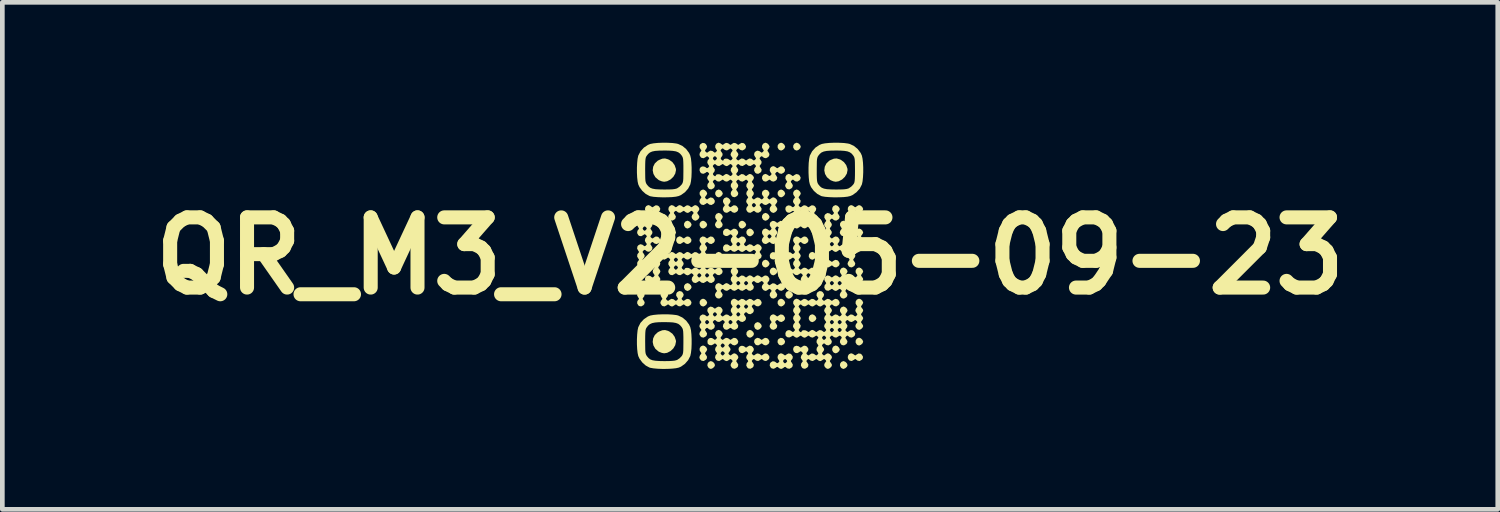
<source format=kicad_pcb>
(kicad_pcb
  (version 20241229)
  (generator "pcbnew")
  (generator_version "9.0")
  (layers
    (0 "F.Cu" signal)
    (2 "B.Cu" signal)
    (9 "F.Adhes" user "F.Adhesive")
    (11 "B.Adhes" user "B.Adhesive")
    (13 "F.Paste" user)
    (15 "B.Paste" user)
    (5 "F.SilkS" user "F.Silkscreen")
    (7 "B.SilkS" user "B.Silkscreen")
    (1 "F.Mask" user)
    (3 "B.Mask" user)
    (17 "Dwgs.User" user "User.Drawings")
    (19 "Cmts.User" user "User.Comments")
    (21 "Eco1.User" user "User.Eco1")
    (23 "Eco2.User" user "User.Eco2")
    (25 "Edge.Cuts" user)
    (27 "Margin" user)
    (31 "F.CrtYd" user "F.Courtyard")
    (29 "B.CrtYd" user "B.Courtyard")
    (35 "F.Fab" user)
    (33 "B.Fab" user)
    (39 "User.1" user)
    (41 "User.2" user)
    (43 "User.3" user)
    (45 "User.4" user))
  (footprint "QR_M3_V2-05-09-23"
    (layer "F.Cu")
    (at 12.979 2.417)
    (property "Reference" "QR_M3_V2-05-09-23" (at 0 0 0) (layer "F.SilkS") (effects (font (size 1.5 1.5) (thickness 0.3))))
    (attr board_only exclude_from_pos_files exclude_from_bom)
    (fp_poly (pts (xy 0.697 1.76) (xy 0.722 1.78) (xy 0.748 1.825) (xy 0.74 1.866) (xy 0.72 1.889) (xy 0.674 1.914) (xy 0.63 1.906) (xy 0.61 1.89) (xy 0.586 1.846) (xy 0.592 1.8) (xy 0.61 1.776) (xy 0.653 1.752)) (stroke (width 0) (type solid)) (fill yes) (layer "F.SilkS"))
    (fp_poly (pts (xy -1.798 -0.736) (xy -1.765 -0.704) (xy -1.75 -0.666) (xy -1.75 -0.664) (xy -1.764 -0.63) (xy -1.796 -0.6) (xy -1.833 -0.584) (xy -1.838 -0.583) (xy -1.87 -0.594) (xy -1.89 -0.61) (xy -1.912 -0.651) (xy -1.909 -0.695) (xy -1.884 -0.732) (xy -1.843 -0.75) (xy -1.835 -0.75)) (stroke (width 0) (type solid)) (fill yes) (layer "F.SilkS"))
    (fp_poly (pts (xy -1.631 -0.57) (xy -1.599 -0.537) (xy -1.583 -0.5) (xy -1.583 -0.497) (xy -1.597 -0.464) (xy -1.629 -0.433) (xy -1.666 -0.417) (xy -1.671 -0.417) (xy -1.704 -0.428) (xy -1.724 -0.443) (xy -1.746 -0.484) (xy -1.742 -0.528) (xy -1.718 -0.565) (xy -1.676 -0.583) (xy -1.668 -0.583)) (stroke (width 0) (type solid)) (fill yes) (layer "F.SilkS"))
    (fp_poly (pts (xy -1.298 -0.736) (xy -1.265 -0.704) (xy -1.25 -0.666) (xy -1.25 -0.664) (xy -1.264 -0.63) (xy -1.296 -0.6) (xy -1.333 -0.584) (xy -1.338 -0.583) (xy -1.37 -0.594) (xy -1.39 -0.61) (xy -1.412 -0.651) (xy -1.409 -0.695) (xy -1.384 -0.732) (xy -1.343 -0.75) (xy -1.335 -0.75)) (stroke (width 0) (type solid)) (fill yes) (layer "F.SilkS"))
    (fp_poly (pts (xy -1.298 0.597) (xy -1.265 0.629) (xy -1.25 0.667) (xy -1.25 0.67) (xy -1.264 0.703) (xy -1.296 0.734) (xy -1.333 0.75) (xy -1.338 0.75) (xy -1.37 0.739) (xy -1.39 0.724) (xy -1.412 0.683) (xy -1.409 0.638) (xy -1.384 0.602) (xy -1.343 0.584) (xy -1.335 0.583)) (stroke (width 0) (type solid)) (fill yes) (layer "F.SilkS"))
    (fp_poly (pts (xy -0.965 -0.736) (xy -0.932 -0.704) (xy -0.917 -0.666) (xy -0.917 -0.664) (xy -0.93 -0.63) (xy -0.962 -0.6) (xy -0.999 -0.584) (xy -1.004 -0.583) (xy -1.037 -0.594) (xy -1.057 -0.61) (xy -1.079 -0.651) (xy -1.076 -0.695) (xy -1.051 -0.732) (xy -1.01 -0.75) (xy -1.001 -0.75)) (stroke (width 0) (type solid)) (fill yes) (layer "F.SilkS"))
    (fp_poly (pts (xy -0.965 0.93) (xy -0.932 0.963) (xy -0.917 1) (xy -0.917 1.003) (xy -0.93 1.036) (xy -0.962 1.067) (xy -0.999 1.083) (xy -1.004 1.083) (xy -1.037 1.072) (xy -1.057 1.057) (xy -1.079 1.016) (xy -1.076 0.972) (xy -1.051 0.935) (xy -1.01 0.917) (xy -1.001 0.917)) (stroke (width 0) (type solid)) (fill yes) (layer "F.SilkS"))
    (fp_poly (pts (xy -0.798 2.264) (xy -0.765 2.296) (xy -0.75 2.334) (xy -0.75 2.336) (xy -0.764 2.37) (xy -0.796 2.4) (xy -0.833 2.416) (xy -0.838 2.417) (xy -0.87 2.406) (xy -0.89 2.39) (xy -0.912 2.349) (xy -0.909 2.305) (xy -0.884 2.268) (xy -0.843 2.25) (xy -0.835 2.25)) (stroke (width 0) (type solid)) (fill yes) (layer "F.SilkS"))
    (fp_poly (pts (xy -0.631 -1.403) (xy -0.599 -1.371) (xy -0.583 -1.333) (xy -0.583 -1.33) (xy -0.597 -1.297) (xy -0.629 -1.266) (xy -0.666 -1.25) (xy -0.671 -1.25) (xy -0.704 -1.261) (xy -0.724 -1.276) (xy -0.746 -1.317) (xy -0.742 -1.362) (xy -0.718 -1.398) (xy -0.676 -1.416) (xy -0.668 -1.417)) (stroke (width 0) (type solid)) (fill yes) (layer "F.SilkS"))
    (fp_poly (pts (xy -0.631 -0.07) (xy -0.599 -0.037) (xy -0.583 0.000213) (xy -0.583 0.003) (xy -0.597 0.036) (xy -0.629 0.067) (xy -0.666 0.083) (xy -0.671 0.083) (xy -0.704 0.072) (xy -0.724 0.057) (xy -0.746 0.016) (xy -0.742 -0.028) (xy -0.718 -0.065) (xy -0.676 -0.083) (xy -0.668 -0.083)) (stroke (width 0) (type solid)) (fill yes) (layer "F.SilkS"))
    (fp_poly (pts (xy -0.131 -0.736) (xy -0.099 -0.704) (xy -0.083 -0.666) (xy -0.083 -0.664) (xy -0.097 -0.63) (xy -0.129 -0.6) (xy -0.166 -0.584) (xy -0.171 -0.583) (xy -0.204 -0.594) (xy -0.224 -0.61) (xy -0.246 -0.651) (xy -0.242 -0.695) (xy -0.218 -0.732) (xy -0.176 -0.75) (xy -0.168 -0.75)) (stroke (width 0) (type solid)) (fill yes) (layer "F.SilkS"))
    (fp_poly (pts (xy 0.035 -0.57) (xy 0.068 -0.537) (xy 0.083 -0.5) (xy 0.083 -0.497) (xy 0.07 -0.464) (xy 0.038 -0.433) (xy 0.001 -0.417) (xy -0.004 -0.417) (xy -0.037 -0.428) (xy -0.057 -0.443) (xy -0.079 -0.484) (xy -0.076 -0.528) (xy -0.051 -0.565) (xy -0.01 -0.583) (xy -0.001 -0.583)) (stroke (width 0) (type solid)) (fill yes) (layer "F.SilkS"))
    (fp_poly (pts (xy 0.035 1.597) (xy 0.068 1.629) (xy 0.083 1.667) (xy 0.083 1.67) (xy 0.07 1.703) (xy 0.038 1.734) (xy 0.001 1.75) (xy -0.004 1.75) (xy -0.037 1.739) (xy -0.057 1.724) (xy -0.079 1.683) (xy -0.076 1.638) (xy -0.051 1.602) (xy -0.01 1.584) (xy -0.001 1.583)) (stroke (width 0) (type solid)) (fill yes) (layer "F.SilkS"))
    (fp_poly (pts (xy 0.202 1.43) (xy 0.235 1.463) (xy 0.25 1.5) (xy 0.25 1.503) (xy 0.236 1.536) (xy 0.204 1.567) (xy 0.167 1.583) (xy 0.162 1.583) (xy 0.13 1.572) (xy 0.11 1.557) (xy 0.088 1.516) (xy 0.091 1.472) (xy 0.116 1.435) (xy 0.157 1.417) (xy 0.165 1.417)) (stroke (width 0) (type solid)) (fill yes) (layer "F.SilkS"))
    (fp_poly (pts (xy 0.369 -0.903) (xy 0.401 -0.871) (xy 0.417 -0.833) (xy 0.417 -0.83) (xy 0.403 -0.797) (xy 0.371 -0.766) (xy 0.334 -0.75) (xy 0.329 -0.75) (xy 0.296 -0.761) (xy 0.276 -0.776) (xy 0.254 -0.817) (xy 0.258 -0.862) (xy 0.282 -0.898) (xy 0.324 -0.916) (xy 0.332 -0.917)) (stroke (width 0) (type solid)) (fill yes) (layer "F.SilkS"))
    (fp_poly (pts (xy 0.369 0.097) (xy 0.401 0.129) (xy 0.417 0.167) (xy 0.417 0.17) (xy 0.403 0.203) (xy 0.371 0.234) (xy 0.334 0.25) (xy 0.329 0.25) (xy 0.296 0.239) (xy 0.276 0.224) (xy 0.254 0.183) (xy 0.258 0.138) (xy 0.282 0.102) (xy 0.324 0.084) (xy 0.332 0.083)) (stroke (width 0) (type solid)) (fill yes) (layer "F.SilkS"))
    (fp_poly (pts (xy 0.535 0.264) (xy 0.568 0.296) (xy 0.583 0.334) (xy 0.583 0.336) (xy 0.57 0.37) (xy 0.538 0.4) (xy 0.501 0.416) (xy 0.496 0.417) (xy 0.463 0.406) (xy 0.443 0.39) (xy 0.421 0.349) (xy 0.424 0.305) (xy 0.449 0.268) (xy 0.49 0.25) (xy 0.499 0.25)) (stroke (width 0) (type solid)) (fill yes) (layer "F.SilkS"))
    (fp_poly (pts (xy 0.702 -2.403) (xy 0.735 -2.371) (xy 0.75 -2.333) (xy 0.75 -2.33) (xy 0.736 -2.297) (xy 0.704 -2.266) (xy 0.667 -2.25) (xy 0.662 -2.25) (xy 0.63 -2.261) (xy 0.61 -2.276) (xy 0.588 -2.317) (xy 0.591 -2.362) (xy 0.616 -2.398) (xy 0.657 -2.416) (xy 0.665 -2.417)) (stroke (width 0) (type solid)) (fill yes) (layer "F.SilkS"))
    (fp_poly (pts (xy 0.702 -1.403) (xy 0.735 -1.371) (xy 0.75 -1.333) (xy 0.75 -1.33) (xy 0.736 -1.297) (xy 0.704 -1.266) (xy 0.667 -1.25) (xy 0.662 -1.25) (xy 0.63 -1.261) (xy 0.61 -1.276) (xy 0.588 -1.317) (xy 0.591 -1.362) (xy 0.616 -1.398) (xy 0.657 -1.416) (xy 0.665 -1.417)) (stroke (width 0) (type solid)) (fill yes) (layer "F.SilkS"))
    (fp_poly (pts (xy 0.702 0.93) (xy 0.735 0.963) (xy 0.75 1) (xy 0.75 1.003) (xy 0.736 1.036) (xy 0.704 1.067) (xy 0.667 1.083) (xy 0.662 1.083) (xy 0.63 1.072) (xy 0.61 1.057) (xy 0.588 1.016) (xy 0.591 0.972) (xy 0.616 0.935) (xy 0.657 0.917) (xy 0.665 0.917)) (stroke (width 0) (type solid)) (fill yes) (layer "F.SilkS"))
    (fp_poly (pts (xy 0.869 0.764) (xy 0.901 0.796) (xy 0.917 0.834) (xy 0.917 0.836) (xy 0.903 0.87) (xy 0.871 0.9) (xy 0.834 0.916) (xy 0.829 0.917) (xy 0.796 0.906) (xy 0.776 0.89) (xy 0.754 0.849) (xy 0.758 0.805) (xy 0.782 0.768) (xy 0.824 0.75) (xy 0.832 0.75)) (stroke (width 0) (type solid)) (fill yes) (layer "F.SilkS"))
    (fp_poly (pts (xy 1.035 -2.403) (xy 1.068 -2.371) (xy 1.083 -2.333) (xy 1.083 -2.33) (xy 1.07 -2.297) (xy 1.038 -2.266) (xy 1.001 -2.25) (xy 0.996 -2.25) (xy 0.963 -2.261) (xy 0.943 -2.276) (xy 0.921 -2.317) (xy 0.924 -2.362) (xy 0.949 -2.398) (xy 0.99 -2.416) (xy 0.999 -2.417)) (stroke (width 0) (type solid)) (fill yes) (layer "F.SilkS"))
    (fp_poly (pts (xy 1.369 -0.07) (xy 1.401 -0.037) (xy 1.417 0.000213) (xy 1.417 0.003) (xy 1.403 0.036) (xy 1.371 0.067) (xy 1.334 0.083) (xy 1.329 0.083) (xy 1.296 0.072) (xy 1.276 0.057) (xy 1.254 0.016) (xy 1.258 -0.028) (xy 1.282 -0.065) (xy 1.324 -0.083) (xy 1.332 -0.083)) (stroke (width 0) (type solid)) (fill yes) (layer "F.SilkS"))
    (fp_poly (pts (xy 1.369 1.264) (xy 1.401 1.296) (xy 1.417 1.334) (xy 1.417 1.336) (xy 1.403 1.37) (xy 1.371 1.4) (xy 1.334 1.416) (xy 1.329 1.417) (xy 1.296 1.406) (xy 1.276 1.39) (xy 1.254 1.349) (xy 1.258 1.305) (xy 1.282 1.268) (xy 1.324 1.25) (xy 1.332 1.25)) (stroke (width 0) (type solid)) (fill yes) (layer "F.SilkS"))
    (fp_poly (pts (xy 1.869 1.93) (xy 1.901 1.963) (xy 1.917 2) (xy 1.917 2.003) (xy 1.903 2.036) (xy 1.871 2.067) (xy 1.834 2.083) (xy 1.829 2.083) (xy 1.796 2.072) (xy 1.776 2.057) (xy 1.754 2.016) (xy 1.758 1.972) (xy 1.782 1.935) (xy 1.824 1.917) (xy 1.832 1.917)) (stroke (width 0) (type solid)) (fill yes) (layer "F.SilkS"))
    (fp_poly (pts (xy 2.035 2.264) (xy 2.068 2.296) (xy 2.083 2.334) (xy 2.083 2.336) (xy 2.07 2.37) (xy 2.038 2.4) (xy 2.001 2.416) (xy 1.996 2.417) (xy 1.963 2.406) (xy 1.943 2.39) (xy 1.921 2.349) (xy 1.924 2.305) (xy 1.949 2.268) (xy 1.99 2.25) (xy 1.999 2.25)) (stroke (width 0) (type solid)) (fill yes) (layer "F.SilkS"))
    (fp_poly (pts (xy 2.369 1.764) (xy 2.401 1.796) (xy 2.417 1.834) (xy 2.417 1.836) (xy 2.403 1.87) (xy 2.371 1.9) (xy 2.334 1.916) (xy 2.329 1.917) (xy 2.296 1.906) (xy 2.276 1.89) (xy 2.254 1.849) (xy 2.258 1.805) (xy 2.282 1.768) (xy 2.324 1.75) (xy 2.332 1.75)) (stroke (width 0) (type solid)) (fill yes) (layer "F.SilkS"))
    (fp_poly (pts (xy -1.754 -2.063) (xy -1.725 -2.05) (xy -1.66 -2.003) (xy -1.612 -1.937) (xy -1.586 -1.862) (xy -1.583 -1.833) (xy -1.599 -1.758) (xy -1.64 -1.688) (xy -1.701 -1.631) (xy -1.773 -1.594) (xy -1.836 -1.583) (xy -1.886 -1.592) (xy -1.942 -1.614) (xy -1.957 -1.623) (xy -2.024 -1.68) (xy -2.065 -1.75) (xy -2.081 -1.827) (xy -2.071 -1.904) (xy -2.036 -1.974) (xy -1.976 -2.031) (xy -1.945 -2.048) (xy -1.876 -2.076) (xy -1.817 -2.081)) (stroke (width 0) (type solid)) (fill yes) (layer "F.SilkS"))
    (fp_poly (pts (xy -1.754 1.603) (xy -1.725 1.617) (xy -1.66 1.664) (xy -1.612 1.73) (xy -1.586 1.805) (xy -1.583 1.833) (xy -1.599 1.909) (xy -1.64 1.979) (xy -1.701 2.036) (xy -1.773 2.073) (xy -1.836 2.083) (xy -1.886 2.074) (xy -1.942 2.052) (xy -1.957 2.044) (xy -2.024 1.987) (xy -2.065 1.916) (xy -2.081 1.84) (xy -2.071 1.763) (xy -2.036 1.693) (xy -1.976 1.636) (xy -1.945 1.618) (xy -1.876 1.591) (xy -1.817 1.586)) (stroke (width 0) (type solid)) (fill yes) (layer "F.SilkS"))
    (fp_poly (pts (xy 1.912 -2.063) (xy 1.942 -2.05) (xy 2.006 -2.003) (xy 2.055 -1.937) (xy 2.081 -1.862) (xy 2.083 -1.833) (xy 2.068 -1.758) (xy 2.026 -1.688) (xy 1.966 -1.631) (xy 1.894 -1.594) (xy 1.831 -1.583) (xy 1.781 -1.592) (xy 1.725 -1.614) (xy 1.71 -1.623) (xy 1.643 -1.68) (xy 1.602 -1.75) (xy 1.586 -1.827) (xy 1.596 -1.904) (xy 1.631 -1.974) (xy 1.69 -2.031) (xy 1.721 -2.048) (xy 1.791 -2.076) (xy 1.85 -2.081)) (stroke (width 0) (type solid)) (fill yes) (layer "F.SilkS"))
    (fp_poly (pts (xy -2.303 0.76) (xy -2.278 0.78) (xy -2.253 0.822) (xy -2.26 0.862) (xy -2.278 0.886) (xy -2.296 0.912) (xy -2.29 0.932) (xy -2.278 0.947) (xy -2.252 0.991) (xy -2.26 1.032) (xy -2.28 1.056) (xy -2.326 1.081) (xy -2.37 1.073) (xy -2.39 1.057) (xy -2.414 1.013) (xy -2.408 0.966) (xy -2.39 0.943) (xy -2.373 0.92) (xy -2.382 0.9) (xy -2.39 0.89) (xy -2.414 0.846) (xy -2.408 0.8) (xy -2.39 0.776) (xy -2.347 0.752)) (stroke (width 0) (type solid)) (fill yes) (layer "F.SilkS"))
    (fp_poly (pts (xy 0.197 1.761) (xy 0.219 1.777) (xy 0.244 1.795) (xy 0.263 1.788) (xy 0.275 1.777) (xy 0.319 1.752) (xy 0.364 1.76) (xy 0.389 1.78) (xy 0.414 1.825) (xy 0.406 1.866) (xy 0.386 1.889) (xy 0.341 1.914) (xy 0.297 1.906) (xy 0.275 1.89) (xy 0.252 1.872) (xy 0.232 1.878) (xy 0.219 1.89) (xy 0.173 1.914) (xy 0.129 1.906) (xy 0.11 1.89) (xy 0.086 1.846) (xy 0.092 1.8) (xy 0.11 1.776) (xy 0.152 1.752)) (stroke (width 0) (type solid)) (fill yes) (layer "F.SilkS"))
    (fp_poly (pts (xy -2.138 -1.073) (xy -2.115 -1.056) (xy -2.09 -1.038) (xy -2.07 -1.045) (xy -2.058 -1.056) (xy -2.014 -1.081) (xy -1.97 -1.073) (xy -1.944 -1.053) (xy -1.919 -1.009) (xy -1.927 -0.968) (xy -1.947 -0.944) (xy -1.993 -0.919) (xy -2.037 -0.927) (xy -2.058 -0.944) (xy -2.081 -0.962) (xy -2.101 -0.955) (xy -2.115 -0.944) (xy -2.16 -0.919) (xy -2.204 -0.927) (xy -2.224 -0.943) (xy -2.245 -0.983) (xy -2.242 -1.028) (xy -2.219 -1.064) (xy -2.18 -1.083) (xy -2.171 -1.083)) (stroke (width 0) (type solid)) (fill yes) (layer "F.SilkS"))
    (fp_poly (pts (xy -1.471 -0.406) (xy -1.448 -0.39) (xy -1.423 -0.372) (xy -1.403 -0.378) (xy -1.391 -0.39) (xy -1.348 -0.414) (xy -1.303 -0.407) (xy -1.278 -0.386) (xy -1.252 -0.342) (xy -1.26 -0.301) (xy -1.28 -0.278) (xy -1.326 -0.252) (xy -1.37 -0.26) (xy -1.391 -0.277) (xy -1.414 -0.295) (xy -1.435 -0.288) (xy -1.448 -0.277) (xy -1.493 -0.252) (xy -1.537 -0.261) (xy -1.557 -0.276) (xy -1.579 -0.317) (xy -1.576 -0.361) (xy -1.552 -0.398) (xy -1.513 -0.416) (xy -1.504 -0.417)) (stroke (width 0) (type solid)) (fill yes) (layer "F.SilkS"))
    (fp_poly (pts (xy 1.695 0.094) (xy 1.719 0.11) (xy 1.744 0.128) (xy 1.763 0.122) (xy 1.775 0.11) (xy 1.819 0.086) (xy 1.864 0.093) (xy 1.889 0.114) (xy 1.914 0.158) (xy 1.906 0.199) (xy 1.886 0.222) (xy 1.841 0.248) (xy 1.797 0.24) (xy 1.775 0.223) (xy 1.752 0.205) (xy 1.732 0.212) (xy 1.719 0.223) (xy 1.673 0.248) (xy 1.629 0.239) (xy 1.61 0.224) (xy 1.588 0.183) (xy 1.591 0.139) (xy 1.614 0.102) (xy 1.654 0.084) (xy 1.662 0.083)) (stroke (width 0) (type solid)) (fill yes) (layer "F.SilkS"))
    (fp_poly (pts (xy 2.195 2.094) (xy 2.219 2.11) (xy 2.244 2.128) (xy 2.263 2.122) (xy 2.275 2.11) (xy 2.319 2.086) (xy 2.364 2.093) (xy 2.389 2.114) (xy 2.414 2.158) (xy 2.406 2.199) (xy 2.386 2.222) (xy 2.341 2.248) (xy 2.297 2.24) (xy 2.275 2.223) (xy 2.252 2.205) (xy 2.232 2.212) (xy 2.219 2.223) (xy 2.173 2.248) (xy 2.129 2.239) (xy 2.11 2.224) (xy 2.088 2.183) (xy 2.091 2.139) (xy 2.114 2.102) (xy 2.154 2.084) (xy 2.162 2.083)) (stroke (width 0) (type solid)) (fill yes) (layer "F.SilkS"))
    (fp_poly (pts (xy -0.966 1.93) (xy -0.933 1.961) (xy -0.917 1.997) (xy -0.917 2) (xy -0.927 2.029) (xy -0.944 2.053) (xy -0.963 2.078) (xy -0.957 2.099) (xy -0.944 2.114) (xy -0.919 2.158) (xy -0.927 2.199) (xy -0.947 2.222) (xy -0.993 2.248) (xy -1.037 2.24) (xy -1.057 2.224) (xy -1.079 2.189) (xy -1.083 2.167) (xy -1.072 2.13) (xy -1.057 2.11) (xy -1.04 2.086) (xy -1.048 2.066) (xy -1.057 2.057) (xy -1.079 2.016) (xy -1.076 1.972) (xy -1.051 1.935) (xy -1.01 1.917) (xy -1.001 1.917)) (stroke (width 0) (type solid)) (fill yes) (layer "F.SilkS"))
    (fp_poly (pts (xy -0.632 -0.903) (xy -0.6 -0.872) (xy -0.584 -0.837) (xy -0.583 -0.833) (xy -0.594 -0.804) (xy -0.611 -0.78) (xy -0.629 -0.755) (xy -0.623 -0.734) (xy -0.611 -0.72) (xy -0.586 -0.675) (xy -0.594 -0.634) (xy -0.614 -0.611) (xy -0.66 -0.586) (xy -0.703 -0.594) (xy -0.724 -0.61) (xy -0.745 -0.644) (xy -0.75 -0.667) (xy -0.739 -0.703) (xy -0.724 -0.724) (xy -0.706 -0.747) (xy -0.715 -0.767) (xy -0.724 -0.776) (xy -0.746 -0.817) (xy -0.742 -0.862) (xy -0.718 -0.898) (xy -0.676 -0.916) (xy -0.668 -0.917)) (stroke (width 0) (type solid)) (fill yes) (layer "F.SilkS"))
    (fp_poly (pts (xy 2.034 -0.737) (xy 2.067 -0.706) (xy 2.083 -0.67) (xy 2.083 -0.667) (xy 2.073 -0.638) (xy 2.056 -0.614) (xy 2.037 -0.588) (xy 2.043 -0.568) (xy 2.056 -0.553) (xy 2.081 -0.509) (xy 2.073 -0.468) (xy 2.053 -0.444) (xy 2.007 -0.419) (xy 1.963 -0.427) (xy 1.943 -0.443) (xy 1.921 -0.478) (xy 1.917 -0.5) (xy 1.928 -0.537) (xy 1.943 -0.557) (xy 1.96 -0.58) (xy 1.952 -0.6) (xy 1.943 -0.61) (xy 1.921 -0.651) (xy 1.924 -0.695) (xy 1.949 -0.732) (xy 1.99 -0.75) (xy 1.999 -0.75)) (stroke (width 0) (type solid)) (fill yes) (layer "F.SilkS"))
    (fp_poly (pts (xy 2.368 -0.57) (xy 2.4 -0.539) (xy 2.416 -0.503) (xy 2.417 -0.5) (xy 2.406 -0.471) (xy 2.389 -0.447) (xy 2.371 -0.422) (xy 2.377 -0.401) (xy 2.389 -0.386) (xy 2.414 -0.342) (xy 2.406 -0.301) (xy 2.386 -0.278) (xy 2.34 -0.252) (xy 2.297 -0.26) (xy 2.276 -0.276) (xy 2.255 -0.311) (xy 2.25 -0.333) (xy 2.261 -0.37) (xy 2.276 -0.39) (xy 2.294 -0.414) (xy 2.285 -0.434) (xy 2.276 -0.443) (xy 2.254 -0.484) (xy 2.258 -0.528) (xy 2.282 -0.565) (xy 2.324 -0.583) (xy 2.332 -0.583)) (stroke (width 0) (type solid)) (fill yes) (layer "F.SilkS"))
    (fp_poly (pts (xy 0.529 1.261) (xy 0.552 1.277) (xy 0.577 1.295) (xy 0.597 1.288) (xy 0.609 1.277) (xy 0.652 1.252) (xy 0.697 1.26) (xy 0.722 1.28) (xy 0.748 1.325) (xy 0.74 1.366) (xy 0.72 1.389) (xy 0.674 1.414) (xy 0.63 1.406) (xy 0.608 1.389) (xy 0.585 1.371) (xy 0.565 1.378) (xy 0.554 1.389) (xy 0.536 1.412) (xy 0.543 1.432) (xy 0.555 1.447) (xy 0.581 1.491) (xy 0.573 1.532) (xy 0.553 1.556) (xy 0.507 1.581) (xy 0.463 1.573) (xy 0.443 1.557) (xy 0.421 1.522) (xy 0.417 1.5) (xy 0.428 1.463) (xy 0.443 1.443) (xy 0.46 1.42) (xy 0.452 1.4) (xy 0.443 1.39) (xy 0.421 1.35) (xy 0.424 1.306) (xy 0.448 1.269) (xy 0.487 1.251) (xy 0.496 1.25)) (stroke (width 0) (type solid)) (fill yes) (layer "F.SilkS"))
    (fp_poly (pts (xy 0.862 -1.739) (xy 0.885 -1.723) (xy 0.91 -1.705) (xy 0.93 -1.712) (xy 0.942 -1.723) (xy 0.986 -1.748) (xy 1.03 -1.74) (xy 1.056 -1.72) (xy 1.081 -1.675) (xy 1.073 -1.634) (xy 1.053 -1.611) (xy 1.007 -1.586) (xy 0.963 -1.594) (xy 0.942 -1.611) (xy 0.918 -1.629) (xy 0.899 -1.622) (xy 0.887 -1.611) (xy 0.87 -1.588) (xy 0.876 -1.568) (xy 0.889 -1.553) (xy 0.914 -1.509) (xy 0.906 -1.468) (xy 0.886 -1.444) (xy 0.84 -1.419) (xy 0.797 -1.427) (xy 0.776 -1.443) (xy 0.755 -1.478) (xy 0.75 -1.5) (xy 0.761 -1.537) (xy 0.776 -1.557) (xy 0.794 -1.58) (xy 0.785 -1.6) (xy 0.776 -1.61) (xy 0.755 -1.65) (xy 0.758 -1.694) (xy 0.781 -1.731) (xy 0.82 -1.749) (xy 0.829 -1.75)) (stroke (width 0) (type solid)) (fill yes) (layer "F.SilkS"))
    (fp_poly (pts (xy -0.966 -1.403) (xy -0.933 -1.372) (xy -0.917 -1.337) (xy -0.917 -1.333) (xy -0.927 -1.304) (xy -0.945 -1.28) (xy -0.963 -1.254) (xy -0.958 -1.235) (xy -0.946 -1.222) (xy -0.923 -1.204) (xy -0.903 -1.212) (xy -0.892 -1.223) (xy -0.848 -1.248) (xy -0.803 -1.24) (xy -0.778 -1.22) (xy -0.752 -1.175) (xy -0.76 -1.134) (xy -0.78 -1.111) (xy -0.826 -1.086) (xy -0.87 -1.094) (xy -0.891 -1.11) (xy -0.914 -1.128) (xy -0.935 -1.122) (xy -0.948 -1.11) (xy -0.993 -1.086) (xy -1.037 -1.094) (xy -1.057 -1.11) (xy -1.079 -1.144) (xy -1.083 -1.167) (xy -1.072 -1.203) (xy -1.057 -1.224) (xy -1.04 -1.247) (xy -1.048 -1.267) (xy -1.057 -1.276) (xy -1.079 -1.317) (xy -1.076 -1.362) (xy -1.051 -1.398) (xy -1.01 -1.416) (xy -1.001 -1.417)) (stroke (width 0) (type solid)) (fill yes) (layer "F.SilkS"))
    (fp_poly (pts (xy -0.466 -1.237) (xy -0.433 -1.206) (xy -0.417 -1.17) (xy -0.417 -1.167) (xy -0.427 -1.138) (xy -0.445 -1.113) (xy -0.463 -1.088) (xy -0.458 -1.068) (xy -0.446 -1.055) (xy -0.423 -1.038) (xy -0.403 -1.045) (xy -0.392 -1.056) (xy -0.348 -1.081) (xy -0.303 -1.073) (xy -0.278 -1.053) (xy -0.252 -1.009) (xy -0.26 -0.968) (xy -0.28 -0.944) (xy -0.326 -0.919) (xy -0.37 -0.927) (xy -0.391 -0.944) (xy -0.414 -0.962) (xy -0.435 -0.955) (xy -0.448 -0.944) (xy -0.493 -0.919) (xy -0.537 -0.927) (xy -0.557 -0.943) (xy -0.579 -0.978) (xy -0.583 -1) (xy -0.572 -1.037) (xy -0.557 -1.057) (xy -0.54 -1.08) (xy -0.548 -1.1) (xy -0.557 -1.11) (xy -0.579 -1.151) (xy -0.576 -1.195) (xy -0.551 -1.232) (xy -0.51 -1.25) (xy -0.501 -1.25)) (stroke (width 0) (type solid)) (fill yes) (layer "F.SilkS"))
    (fp_poly (pts (xy 0.529 -1.906) (xy 0.552 -1.89) (xy 0.577 -1.872) (xy 0.597 -1.878) (xy 0.609 -1.89) (xy 0.652 -1.914) (xy 0.697 -1.907) (xy 0.722 -1.886) (xy 0.748 -1.842) (xy 0.74 -1.801) (xy 0.72 -1.778) (xy 0.674 -1.752) (xy 0.63 -1.76) (xy 0.608 -1.777) (xy 0.585 -1.796) (xy 0.565 -1.789) (xy 0.554 -1.778) (xy 0.536 -1.755) (xy 0.543 -1.735) (xy 0.555 -1.72) (xy 0.581 -1.676) (xy 0.573 -1.635) (xy 0.553 -1.611) (xy 0.507 -1.586) (xy 0.463 -1.594) (xy 0.442 -1.61) (xy 0.419 -1.628) (xy 0.399 -1.622) (xy 0.385 -1.61) (xy 0.34 -1.586) (xy 0.296 -1.594) (xy 0.276 -1.61) (xy 0.255 -1.65) (xy 0.258 -1.694) (xy 0.281 -1.731) (xy 0.32 -1.749) (xy 0.329 -1.75) (xy 0.362 -1.739) (xy 0.385 -1.723) (xy 0.41 -1.705) (xy 0.43 -1.712) (xy 0.442 -1.723) (xy 0.46 -1.746) (xy 0.452 -1.766) (xy 0.443 -1.776) (xy 0.421 -1.817) (xy 0.424 -1.861) (xy 0.448 -1.898) (xy 0.487 -1.916) (xy 0.496 -1.917)) (stroke (width 0) (type solid)) (fill yes) (layer "F.SilkS"))
    (fp_poly (pts (xy 2.368 -1.07) (xy 2.4 -1.039) (xy 2.416 -1.003) (xy 2.417 -1) (xy 2.406 -0.971) (xy 2.389 -0.947) (xy 2.371 -0.922) (xy 2.377 -0.901) (xy 2.389 -0.886) (xy 2.414 -0.842) (xy 2.406 -0.801) (xy 2.386 -0.778) (xy 2.341 -0.752) (xy 2.297 -0.76) (xy 2.275 -0.777) (xy 2.252 -0.795) (xy 2.232 -0.788) (xy 2.219 -0.777) (xy 2.173 -0.752) (xy 2.129 -0.761) (xy 2.11 -0.776) (xy 2.088 -0.811) (xy 2.083 -0.833) (xy 2.095 -0.87) (xy 2.11 -0.89) (xy 2.127 -0.914) (xy 2.124 -0.92) (xy 2.204 -0.92) (xy 2.214 -0.895) (xy 2.216 -0.893) (xy 2.238 -0.87) (xy 2.257 -0.873) (xy 2.277 -0.892) (xy 2.293 -0.914) (xy 2.284 -0.935) (xy 2.275 -0.944) (xy 2.252 -0.962) (xy 2.232 -0.955) (xy 2.221 -0.945) (xy 2.204 -0.92) (xy 2.124 -0.92) (xy 2.118 -0.934) (xy 2.11 -0.943) (xy 2.088 -0.983) (xy 2.091 -1.028) (xy 2.114 -1.064) (xy 2.154 -1.083) (xy 2.162 -1.083) (xy 2.195 -1.073) (xy 2.219 -1.056) (xy 2.244 -1.038) (xy 2.263 -1.045) (xy 2.275 -1.056) (xy 2.31 -1.078) (xy 2.332 -1.083)) (stroke (width 0) (type solid)) (fill yes) (layer "F.SilkS"))
    (fp_poly (pts (xy 0.695 2.094) (xy 0.719 2.11) (xy 0.744 2.128) (xy 0.763 2.122) (xy 0.775 2.11) (xy 0.819 2.086) (xy 0.864 2.093) (xy 0.889 2.114) (xy 0.914 2.156) (xy 0.907 2.196) (xy 0.889 2.22) (xy 0.871 2.245) (xy 0.877 2.266) (xy 0.889 2.28) (xy 0.914 2.325) (xy 0.906 2.366) (xy 0.886 2.389) (xy 0.841 2.414) (xy 0.797 2.406) (xy 0.775 2.39) (xy 0.752 2.372) (xy 0.732 2.378) (xy 0.719 2.39) (xy 0.685 2.411) (xy 0.662 2.417) (xy 0.63 2.406) (xy 0.609 2.39) (xy 0.586 2.372) (xy 0.565 2.378) (xy 0.552 2.39) (xy 0.507 2.414) (xy 0.463 2.406) (xy 0.443 2.39) (xy 0.419 2.346) (xy 0.426 2.3) (xy 0.443 2.276) (xy 0.485 2.252) (xy 0.53 2.261) (xy 0.552 2.277) (xy 0.577 2.295) (xy 0.597 2.288) (xy 0.609 2.277) (xy 0.627 2.254) (xy 0.624 2.247) (xy 0.704 2.247) (xy 0.714 2.271) (xy 0.716 2.274) (xy 0.738 2.296) (xy 0.757 2.293) (xy 0.777 2.275) (xy 0.793 2.253) (xy 0.784 2.232) (xy 0.775 2.223) (xy 0.752 2.204) (xy 0.732 2.212) (xy 0.721 2.222) (xy 0.704 2.247) (xy 0.624 2.247) (xy 0.619 2.234) (xy 0.61 2.224) (xy 0.588 2.183) (xy 0.591 2.139) (xy 0.614 2.102) (xy 0.654 2.084) (xy 0.662 2.083)) (stroke (width 0) (type solid)) (fill yes) (layer "F.SilkS"))
    (fp_poly (pts (xy 0.03 1.927) (xy 0.056 1.947) (xy 0.081 1.989) (xy 0.074 2.029) (xy 0.055 2.053) (xy 0.037 2.079) (xy 0.042 2.098) (xy 0.054 2.111) (xy 0.077 2.129) (xy 0.097 2.122) (xy 0.108 2.111) (xy 0.151 2.086) (xy 0.196 2.094) (xy 0.219 2.11) (xy 0.244 2.128) (xy 0.263 2.122) (xy 0.275 2.11) (xy 0.319 2.086) (xy 0.364 2.093) (xy 0.389 2.114) (xy 0.414 2.158) (xy 0.406 2.199) (xy 0.386 2.222) (xy 0.341 2.248) (xy 0.297 2.24) (xy 0.275 2.223) (xy 0.252 2.205) (xy 0.232 2.212) (xy 0.219 2.223) (xy 0.173 2.248) (xy 0.129 2.239) (xy 0.108 2.223) (xy 0.085 2.204) (xy 0.065 2.211) (xy 0.054 2.222) (xy 0.036 2.245) (xy 0.043 2.265) (xy 0.055 2.28) (xy 0.081 2.324) (xy 0.073 2.365) (xy 0.053 2.389) (xy 0.007 2.414) (xy -0.037 2.406) (xy -0.057 2.39) (xy -0.081 2.346) (xy -0.074 2.3) (xy -0.057 2.276) (xy -0.04 2.253) (xy -0.048 2.233) (xy -0.057 2.224) (xy -0.079 2.189) (xy -0.083 2.167) (xy -0.072 2.13) (xy -0.057 2.11) (xy -0.04 2.087) (xy -0.048 2.067) (xy -0.058 2.056) (xy -0.08 2.039) (xy -0.101 2.045) (xy -0.117 2.058) (xy -0.159 2.08) (xy -0.2 2.074) (xy -0.232 2.047) (xy -0.246 2.005) (xy -0.242 1.967) (xy -0.216 1.934) (xy -0.175 1.921) (xy -0.132 1.931) (xy -0.117 1.942) (xy -0.091 1.961) (xy -0.072 1.956) (xy -0.058 1.944) (xy -0.014 1.919)) (stroke (width 0) (type solid)) (fill yes) (layer "F.SilkS"))
    (fp_poly (pts (xy -1.799 0.763) (xy -1.766 0.794) (xy -1.75 0.83) (xy -1.75 0.833) (xy -1.76 0.862) (xy -1.778 0.887) (xy -1.797 0.912) (xy -1.791 0.932) (xy -1.779 0.945) (xy -1.756 0.962) (xy -1.737 0.955) (xy -1.725 0.944) (xy -1.682 0.919) (xy -1.637 0.927) (xy -1.615 0.944) (xy -1.59 0.962) (xy -1.57 0.955) (xy -1.558 0.944) (xy -1.54 0.92) (xy -1.548 0.9) (xy -1.557 0.89) (xy -1.581 0.846) (xy -1.574 0.8) (xy -1.557 0.776) (xy -1.514 0.752) (xy -1.469 0.76) (xy -1.444 0.78) (xy -1.419 0.822) (xy -1.426 0.862) (xy -1.445 0.887) (xy -1.463 0.912) (xy -1.458 0.932) (xy -1.446 0.945) (xy -1.423 0.962) (xy -1.403 0.955) (xy -1.392 0.944) (xy -1.348 0.919) (xy -1.303 0.927) (xy -1.278 0.947) (xy -1.252 0.991) (xy -1.26 1.032) (xy -1.28 1.056) (xy -1.326 1.081) (xy -1.37 1.073) (xy -1.391 1.056) (xy -1.414 1.038) (xy -1.435 1.045) (xy -1.448 1.056) (xy -1.493 1.081) (xy -1.537 1.073) (xy -1.558 1.056) (xy -1.581 1.038) (xy -1.601 1.045) (xy -1.615 1.056) (xy -1.649 1.078) (xy -1.671 1.083) (xy -1.704 1.072) (xy -1.725 1.056) (xy -1.748 1.038) (xy -1.768 1.045) (xy -1.781 1.056) (xy -1.827 1.081) (xy -1.871 1.073) (xy -1.89 1.057) (xy -1.912 1.022) (xy -1.917 1) (xy -1.905 0.963) (xy -1.89 0.943) (xy -1.873 0.92) (xy -1.882 0.9) (xy -1.89 0.89) (xy -1.912 0.849) (xy -1.909 0.805) (xy -1.884 0.768) (xy -1.843 0.75) (xy -1.835 0.75)) (stroke (width 0) (type solid)) (fill yes) (layer "F.SilkS"))
    (fp_poly (pts (xy -1.132 -1.07) (xy -1.1 -1.039) (xy -1.084 -1.003) (xy -1.083 -1) (xy -1.094 -0.971) (xy -1.111 -0.947) (xy -1.129 -0.922) (xy -1.123 -0.901) (xy -1.111 -0.886) (xy -1.089 -0.853) (xy -1.083 -0.83) (xy -1.097 -0.797) (xy -1.129 -0.766) (xy -1.166 -0.75) (xy -1.171 -0.75) (xy -1.209 -0.764) (xy -1.239 -0.798) (xy -1.25 -0.833) (xy -1.239 -0.87) (xy -1.224 -0.89) (xy -1.206 -0.913) (xy -1.215 -0.933) (xy -1.225 -0.944) (xy -1.248 -0.962) (xy -1.268 -0.955) (xy -1.281 -0.944) (xy -1.315 -0.922) (xy -1.338 -0.917) (xy -1.37 -0.928) (xy -1.391 -0.944) (xy -1.414 -0.962) (xy -1.435 -0.955) (xy -1.448 -0.944) (xy -1.493 -0.919) (xy -1.537 -0.927) (xy -1.558 -0.944) (xy -1.582 -0.962) (xy -1.601 -0.955) (xy -1.613 -0.945) (xy -1.63 -0.922) (xy -1.624 -0.902) (xy -1.611 -0.887) (xy -1.586 -0.843) (xy -1.594 -0.801) (xy -1.614 -0.778) (xy -1.66 -0.752) (xy -1.703 -0.76) (xy -1.724 -0.776) (xy -1.745 -0.811) (xy -1.75 -0.833) (xy -1.739 -0.87) (xy -1.724 -0.89) (xy -1.706 -0.914) (xy -1.715 -0.934) (xy -1.724 -0.943) (xy -1.745 -0.983) (xy -1.742 -1.028) (xy -1.719 -1.064) (xy -1.68 -1.083) (xy -1.671 -1.083) (xy -1.638 -1.073) (xy -1.615 -1.056) (xy -1.59 -1.038) (xy -1.57 -1.045) (xy -1.558 -1.056) (xy -1.525 -1.078) (xy -1.504 -1.083) (xy -1.471 -1.073) (xy -1.448 -1.056) (xy -1.423 -1.038) (xy -1.403 -1.045) (xy -1.391 -1.056) (xy -1.348 -1.081) (xy -1.304 -1.073) (xy -1.281 -1.056) (xy -1.256 -1.038) (xy -1.237 -1.045) (xy -1.225 -1.056) (xy -1.19 -1.078) (xy -1.168 -1.083)) (stroke (width 0) (type solid)) (fill yes) (layer "F.SilkS"))
    (fp_poly (pts (xy -1.76 -2.416) (xy -1.66 -2.411) (xy -1.576 -2.4) (xy -1.538 -2.391) (xy -1.447 -2.349) (xy -1.366 -2.282) (xy -1.304 -2.199) (xy -1.278 -2.142) (xy -1.263 -2.078) (xy -1.254 -1.991) (xy -1.249 -1.89) (xy -1.249 -1.784) (xy -1.253 -1.682) (xy -1.263 -1.593) (xy -1.277 -1.528) (xy -1.278 -1.525) (xy -1.323 -1.437) (xy -1.392 -1.359) (xy -1.476 -1.299) (xy -1.525 -1.278) (xy -1.585 -1.264) (xy -1.668 -1.255) (xy -1.767 -1.251) (xy -1.871 -1.25) (xy -1.973 -1.254) (xy -2.062 -1.261) (xy -2.131 -1.273) (xy -2.149 -1.279) (xy -2.229 -1.322) (xy -2.303 -1.388) (xy -2.362 -1.467) (xy -2.389 -1.525) (xy -2.403 -1.588) (xy -2.413 -1.675) (xy -2.418 -1.777) (xy -2.418 -1.833) (xy -2.242 -1.833) (xy -2.241 -1.734) (xy -2.24 -1.662) (xy -2.237 -1.612) (xy -2.231 -1.577) (xy -2.222 -1.551) (xy -2.209 -1.529) (xy -2.205 -1.523) (xy -2.172 -1.484) (xy -2.135 -1.455) (xy -2.087 -1.436) (xy -2.023 -1.424) (xy -1.937 -1.419) (xy -1.836 -1.417) (xy -1.735 -1.418) (xy -1.66 -1.421) (xy -1.607 -1.428) (xy -1.569 -1.438) (xy -1.556 -1.444) (xy -1.507 -1.477) (xy -1.464 -1.521) (xy -1.462 -1.523) (xy -1.448 -1.545) (xy -1.438 -1.569) (xy -1.431 -1.601) (xy -1.427 -1.646) (xy -1.426 -1.711) (xy -1.425 -1.802) (xy -1.425 -1.833) (xy -1.425 -1.933) (xy -1.427 -2.004) (xy -1.43 -2.055) (xy -1.436 -2.09) (xy -1.445 -2.115) (xy -1.458 -2.137) (xy -1.462 -2.144) (xy -1.496 -2.184) (xy -1.534 -2.212) (xy -1.584 -2.232) (xy -1.651 -2.243) (xy -1.74 -2.249) (xy -1.833 -2.25) (xy -1.945 -2.248) (xy -2.03 -2.242) (xy -2.093 -2.229) (xy -2.14 -2.208) (xy -2.178 -2.177) (xy -2.204 -2.144) (xy -2.219 -2.122) (xy -2.229 -2.098) (xy -2.235 -2.066) (xy -2.239 -2.02) (xy -2.241 -1.955) (xy -2.242 -1.864) (xy -2.242 -1.833) (xy -2.418 -1.833) (xy -2.418 -1.883) (xy -2.413 -1.985) (xy -2.404 -2.073) (xy -2.39 -2.138) (xy -2.389 -2.142) (xy -2.342 -2.233) (xy -2.27 -2.312) (xy -2.183 -2.37) (xy -2.132 -2.391) (xy -2.063 -2.404) (xy -1.972 -2.413) (xy -1.868 -2.417)) (stroke (width 0) (type solid)) (fill yes) (layer "F.SilkS"))
    (fp_poly (pts (xy -1.76 1.25) (xy -1.66 1.256) (xy -1.576 1.266) (xy -1.538 1.275) (xy -1.447 1.318) (xy -1.366 1.385) (xy -1.304 1.468) (xy -1.278 1.525) (xy -1.263 1.588) (xy -1.254 1.675) (xy -1.249 1.777) (xy -1.249 1.883) (xy -1.253 1.985) (xy -1.263 2.073) (xy -1.277 2.139) (xy -1.278 2.142) (xy -1.323 2.229) (xy -1.392 2.308) (xy -1.476 2.368) (xy -1.525 2.389) (xy -1.585 2.402) (xy -1.668 2.411) (xy -1.767 2.416) (xy -1.871 2.417) (xy -1.973 2.413) (xy -2.062 2.405) (xy -2.131 2.393) (xy -2.149 2.388) (xy -2.229 2.345) (xy -2.303 2.279) (xy -2.362 2.199) (xy -2.389 2.142) (xy -2.403 2.078) (xy -2.413 1.991) (xy -2.418 1.89) (xy -2.418 1.833) (xy -2.242 1.833) (xy -2.241 1.933) (xy -2.24 2.004) (xy -2.237 2.055) (xy -2.231 2.09) (xy -2.222 2.115) (xy -2.209 2.137) (xy -2.205 2.143) (xy -2.172 2.183) (xy -2.135 2.212) (xy -2.087 2.231) (xy -2.023 2.242) (xy -1.937 2.248) (xy -1.836 2.25) (xy -1.735 2.249) (xy -1.66 2.245) (xy -1.607 2.239) (xy -1.569 2.228) (xy -1.556 2.223) (xy -1.507 2.19) (xy -1.464 2.146) (xy -1.462 2.144) (xy -1.448 2.122) (xy -1.438 2.098) (xy -1.431 2.066) (xy -1.427 2.02) (xy -1.426 1.955) (xy -1.425 1.864) (xy -1.425 1.833) (xy -1.425 1.734) (xy -1.427 1.662) (xy -1.43 1.612) (xy -1.436 1.577) (xy -1.445 1.551) (xy -1.458 1.529) (xy -1.462 1.523) (xy -1.496 1.483) (xy -1.534 1.454) (xy -1.584 1.435) (xy -1.651 1.423) (xy -1.74 1.418) (xy -1.833 1.417) (xy -1.945 1.418) (xy -2.03 1.425) (xy -2.093 1.438) (xy -2.14 1.459) (xy -2.178 1.49) (xy -2.204 1.523) (xy -2.219 1.545) (xy -2.229 1.569) (xy -2.235 1.601) (xy -2.239 1.646) (xy -2.241 1.711) (xy -2.242 1.802) (xy -2.242 1.833) (xy -2.418 1.833) (xy -2.418 1.784) (xy -2.413 1.682) (xy -2.404 1.594) (xy -2.39 1.528) (xy -2.389 1.525) (xy -2.342 1.433) (xy -2.27 1.355) (xy -2.183 1.296) (xy -2.132 1.276) (xy -2.063 1.263) (xy -1.972 1.254) (xy -1.868 1.25)) (stroke (width 0) (type solid)) (fill yes) (layer "F.SilkS"))
    (fp_poly (pts (xy 1.906 -2.416) (xy 2.007 -2.411) (xy 2.09 -2.4) (xy 2.129 -2.391) (xy 2.219 -2.349) (xy 2.3 -2.282) (xy 2.363 -2.199) (xy 2.389 -2.142) (xy 2.403 -2.078) (xy 2.413 -1.991) (xy 2.418 -1.89) (xy 2.418 -1.784) (xy 2.413 -1.682) (xy 2.404 -1.593) (xy 2.39 -1.528) (xy 2.389 -1.525) (xy 2.344 -1.437) (xy 2.274 -1.359) (xy 2.19 -1.299) (xy 2.142 -1.278) (xy 2.082 -1.264) (xy 1.998 -1.255) (xy 1.9 -1.251) (xy 1.795 -1.25) (xy 1.694 -1.254) (xy 1.605 -1.261) (xy 1.536 -1.273) (xy 1.518 -1.279) (xy 1.438 -1.322) (xy 1.363 -1.388) (xy 1.304 -1.467) (xy 1.278 -1.525) (xy 1.263 -1.588) (xy 1.254 -1.675) (xy 1.249 -1.777) (xy 1.249 -1.833) (xy 1.425 -1.833) (xy 1.425 -1.734) (xy 1.427 -1.662) (xy 1.43 -1.612) (xy 1.436 -1.577) (xy 1.445 -1.551) (xy 1.458 -1.529) (xy 1.462 -1.523) (xy 1.495 -1.484) (xy 1.532 -1.455) (xy 1.58 -1.436) (xy 1.644 -1.424) (xy 1.73 -1.419) (xy 1.831 -1.417) (xy 1.932 -1.418) (xy 2.006 -1.421) (xy 2.06 -1.428) (xy 2.098 -1.438) (xy 2.11 -1.444) (xy 2.16 -1.477) (xy 2.203 -1.521) (xy 2.204 -1.523) (xy 2.219 -1.545) (xy 2.229 -1.569) (xy 2.235 -1.601) (xy 2.239 -1.646) (xy 2.241 -1.711) (xy 2.242 -1.802) (xy 2.242 -1.833) (xy 2.241 -1.933) (xy 2.24 -2.004) (xy 2.237 -2.055) (xy 2.231 -2.09) (xy 2.222 -2.115) (xy 2.209 -2.137) (xy 2.204 -2.144) (xy 2.171 -2.184) (xy 2.132 -2.212) (xy 2.082 -2.232) (xy 2.016 -2.243) (xy 1.926 -2.249) (xy 1.833 -2.25) (xy 1.721 -2.248) (xy 1.637 -2.242) (xy 1.574 -2.229) (xy 1.526 -2.208) (xy 1.489 -2.177) (xy 1.462 -2.144) (xy 1.448 -2.122) (xy 1.438 -2.098) (xy 1.431 -2.066) (xy 1.427 -2.02) (xy 1.426 -1.955) (xy 1.425 -1.864) (xy 1.425 -1.833) (xy 1.249 -1.833) (xy 1.249 -1.883) (xy 1.253 -1.985) (xy 1.263 -2.073) (xy 1.276 -2.138) (xy 1.278 -2.142) (xy 1.325 -2.233) (xy 1.396 -2.312) (xy 1.483 -2.37) (xy 1.535 -2.391) (xy 1.603 -2.404) (xy 1.695 -2.413) (xy 1.799 -2.417)) (stroke (width 0) (type solid)) (fill yes) (layer "F.SilkS"))
    (fp_poly (pts (xy -0.303 -0.573) (xy -0.278 -0.553) (xy -0.253 -0.511) (xy -0.26 -0.471) (xy -0.278 -0.447) (xy -0.297 -0.421) (xy -0.291 -0.402) (xy -0.279 -0.389) (xy -0.256 -0.371) (xy -0.237 -0.378) (xy -0.225 -0.389) (xy -0.181 -0.414) (xy -0.136 -0.407) (xy -0.111 -0.386) (xy -0.086 -0.344) (xy -0.093 -0.305) (xy -0.111 -0.28) (xy -0.13 -0.254) (xy -0.125 -0.235) (xy -0.113 -0.222) (xy -0.09 -0.204) (xy -0.07 -0.212) (xy -0.058 -0.223) (xy -0.015 -0.248) (xy 0.029 -0.24) (xy 0.052 -0.223) (xy 0.077 -0.205) (xy 0.097 -0.212) (xy 0.109 -0.223) (xy 0.143 -0.245) (xy 0.165 -0.25) (xy 0.201 -0.237) (xy 0.234 -0.206) (xy 0.25 -0.17) (xy 0.25 -0.167) (xy 0.24 -0.138) (xy 0.222 -0.114) (xy 0.204 -0.088) (xy 0.21 -0.068) (xy 0.222 -0.053) (xy 0.248 -0.009) (xy 0.24 0.032) (xy 0.22 0.056) (xy 0.174 0.081) (xy 0.13 0.073) (xy 0.11 0.057) (xy 0.088 0.022) (xy 0.083 0) (xy 0.095 -0.037) (xy 0.11 -0.057) (xy 0.127 -0.08) (xy 0.119 -0.1) (xy 0.109 -0.11) (xy 0.086 -0.128) (xy 0.065 -0.122) (xy 0.052 -0.11) (xy 0.018 -0.089) (xy -0.004 -0.083) (xy -0.037 -0.094) (xy -0.058 -0.11) (xy -0.081 -0.128) (xy -0.101 -0.122) (xy -0.115 -0.11) (xy -0.149 -0.089) (xy -0.171 -0.083) (xy -0.204 -0.094) (xy -0.225 -0.11) (xy -0.248 -0.128) (xy -0.268 -0.122) (xy -0.281 -0.11) (xy -0.327 -0.086) (xy -0.371 -0.094) (xy -0.391 -0.11) (xy -0.414 -0.128) (xy -0.434 -0.122) (xy -0.45 -0.108) (xy -0.491 -0.089) (xy -0.534 -0.093) (xy -0.568 -0.118) (xy -0.575 -0.133) (xy -0.578 -0.184) (xy -0.558 -0.223) (xy -0.523 -0.245) (xy -0.481 -0.244) (xy -0.45 -0.225) (xy -0.424 -0.206) (xy -0.405 -0.211) (xy -0.391 -0.223) (xy -0.373 -0.246) (xy -0.376 -0.253) (xy -0.296 -0.253) (xy -0.286 -0.229) (xy -0.284 -0.226) (xy -0.262 -0.204) (xy -0.243 -0.207) (xy -0.223 -0.225) (xy -0.207 -0.247) (xy -0.216 -0.268) (xy -0.225 -0.277) (xy -0.248 -0.296) (xy -0.268 -0.288) (xy -0.279 -0.278) (xy -0.296 -0.253) (xy -0.376 -0.253) (xy -0.381 -0.266) (xy -0.39 -0.276) (xy -0.414 -0.32) (xy -0.408 -0.367) (xy -0.39 -0.39) (xy -0.373 -0.413) (xy -0.381 -0.433) (xy -0.391 -0.444) (xy -0.414 -0.461) (xy -0.434 -0.455) (xy -0.45 -0.442) (xy -0.491 -0.422) (xy -0.534 -0.427) (xy -0.568 -0.451) (xy -0.575 -0.467) (xy -0.578 -0.517) (xy -0.558 -0.556) (xy -0.523 -0.578) (xy -0.481 -0.577) (xy -0.45 -0.558) (xy -0.424 -0.539) (xy -0.405 -0.544) (xy -0.391 -0.556) (xy -0.348 -0.581)) (stroke (width 0) (type solid)) (fill yes) (layer "F.SilkS"))
    (fp_poly (pts (xy -0.632 1.597) (xy -0.6 1.628) (xy -0.584 1.663) (xy -0.583 1.667) (xy -0.594 1.696) (xy -0.611 1.72) (xy -0.63 1.746) (xy -0.625 1.765) (xy -0.613 1.778) (xy -0.59 1.796) (xy -0.57 1.788) (xy -0.558 1.777) (xy -0.515 1.752) (xy -0.471 1.76) (xy -0.448 1.777) (xy -0.423 1.795) (xy -0.403 1.788) (xy -0.391 1.777) (xy -0.348 1.752) (xy -0.303 1.76) (xy -0.278 1.78) (xy -0.252 1.825) (xy -0.26 1.866) (xy -0.28 1.889) (xy -0.326 1.914) (xy -0.37 1.906) (xy -0.392 1.889) (xy -0.415 1.871) (xy -0.435 1.878) (xy -0.446 1.889) (xy -0.464 1.912) (xy -0.457 1.932) (xy -0.445 1.947) (xy -0.423 1.979) (xy -0.417 2) (xy -0.427 2.029) (xy -0.445 2.053) (xy -0.463 2.079) (xy -0.458 2.098) (xy -0.446 2.111) (xy -0.423 2.129) (xy -0.403 2.122) (xy -0.392 2.111) (xy -0.358 2.089) (xy -0.335 2.083) (xy -0.299 2.097) (xy -0.266 2.128) (xy -0.25 2.163) (xy -0.25 2.167) (xy -0.26 2.196) (xy -0.278 2.22) (xy -0.296 2.245) (xy -0.29 2.266) (xy -0.278 2.28) (xy -0.252 2.325) (xy -0.26 2.366) (xy -0.28 2.389) (xy -0.326 2.414) (xy -0.37 2.406) (xy -0.39 2.39) (xy -0.412 2.356) (xy -0.417 2.333) (xy -0.405 2.297) (xy -0.39 2.276) (xy -0.373 2.253) (xy -0.381 2.233) (xy -0.391 2.223) (xy -0.414 2.205) (xy -0.435 2.212) (xy -0.448 2.223) (xy -0.482 2.244) (xy -0.504 2.25) (xy -0.537 2.239) (xy -0.558 2.223) (xy -0.581 2.205) (xy -0.601 2.212) (xy -0.615 2.223) (xy -0.66 2.248) (xy -0.704 2.239) (xy -0.724 2.224) (xy -0.748 2.18) (xy -0.741 2.133) (xy -0.724 2.11) (xy -0.706 2.086) (xy -0.709 2.08) (xy -0.63 2.08) (xy -0.62 2.105) (xy -0.617 2.107) (xy -0.595 2.13) (xy -0.576 2.127) (xy -0.556 2.108) (xy -0.54 2.086) (xy -0.549 2.065) (xy -0.558 2.056) (xy -0.582 2.038) (xy -0.601 2.045) (xy -0.612 2.055) (xy -0.63 2.08) (xy -0.709 2.08) (xy -0.715 2.066) (xy -0.724 2.057) (xy -0.748 2.013) (xy -0.741 1.966) (xy -0.724 1.943) (xy -0.706 1.92) (xy -0.709 1.914) (xy -0.63 1.914) (xy -0.62 1.938) (xy -0.617 1.941) (xy -0.595 1.963) (xy -0.576 1.96) (xy -0.556 1.942) (xy -0.54 1.919) (xy -0.549 1.899) (xy -0.558 1.889) (xy -0.582 1.871) (xy -0.601 1.878) (xy -0.612 1.888) (xy -0.63 1.914) (xy -0.709 1.914) (xy -0.715 1.9) (xy -0.725 1.89) (xy -0.747 1.872) (xy -0.767 1.878) (xy -0.783 1.892) (xy -0.824 1.911) (xy -0.868 1.907) (xy -0.901 1.882) (xy -0.908 1.867) (xy -0.911 1.816) (xy -0.892 1.777) (xy -0.857 1.755) (xy -0.815 1.756) (xy -0.783 1.775) (xy -0.758 1.794) (xy -0.738 1.789) (xy -0.725 1.777) (xy -0.707 1.754) (xy -0.714 1.734) (xy -0.724 1.724) (xy -0.746 1.683) (xy -0.742 1.638) (xy -0.718 1.602) (xy -0.676 1.584) (xy -0.668 1.583)) (stroke (width 0) (type solid)) (fill yes) (layer "F.SilkS"))
    (fp_poly (pts (xy 2.368 0.263) (xy 2.4 0.294) (xy 2.416 0.33) (xy 2.417 0.333) (xy 2.406 0.362) (xy 2.389 0.386) (xy 2.371 0.412) (xy 2.377 0.432) (xy 2.389 0.447) (xy 2.411 0.479) (xy 2.417 0.5) (xy 2.406 0.529) (xy 2.389 0.553) (xy 2.371 0.578) (xy 2.377 0.599) (xy 2.389 0.614) (xy 2.411 0.647) (xy 2.417 0.67) (xy 2.403 0.703) (xy 2.371 0.734) (xy 2.334 0.75) (xy 2.329 0.75) (xy 2.291 0.736) (xy 2.261 0.702) (xy 2.25 0.667) (xy 2.261 0.63) (xy 2.276 0.61) (xy 2.294 0.587) (xy 2.285 0.567) (xy 2.275 0.556) (xy 2.252 0.538) (xy 2.232 0.545) (xy 2.219 0.556) (xy 2.173 0.581) (xy 2.129 0.573) (xy 2.108 0.556) (xy 2.085 0.538) (xy 2.065 0.545) (xy 2.054 0.555) (xy 2.036 0.578) (xy 2.043 0.598) (xy 2.055 0.613) (xy 2.081 0.655) (xy 2.074 0.695) (xy 2.056 0.72) (xy 2.037 0.745) (xy 2.043 0.766) (xy 2.056 0.78) (xy 2.081 0.825) (xy 2.073 0.866) (xy 2.053 0.889) (xy 2.007 0.914) (xy 1.963 0.906) (xy 1.943 0.89) (xy 1.921 0.856) (xy 1.917 0.833) (xy 1.928 0.797) (xy 1.943 0.776) (xy 1.96 0.753) (xy 1.952 0.733) (xy 1.942 0.723) (xy 1.919 0.705) (xy 1.899 0.712) (xy 1.885 0.723) (xy 1.851 0.744) (xy 1.829 0.75) (xy 1.796 0.739) (xy 1.775 0.723) (xy 1.752 0.705) (xy 1.732 0.712) (xy 1.719 0.723) (xy 1.673 0.748) (xy 1.629 0.739) (xy 1.61 0.724) (xy 1.586 0.68) (xy 1.592 0.633) (xy 1.61 0.61) (xy 1.627 0.586) (xy 1.624 0.58) (xy 1.704 0.58) (xy 1.714 0.605) (xy 1.716 0.607) (xy 1.738 0.63) (xy 1.757 0.627) (xy 1.777 0.608) (xy 1.793 0.586) (xy 1.791 0.58) (xy 1.87 0.58) (xy 1.88 0.605) (xy 1.883 0.607) (xy 1.905 0.63) (xy 1.924 0.627) (xy 1.944 0.608) (xy 1.96 0.586) (xy 1.951 0.565) (xy 1.942 0.556) (xy 1.918 0.538) (xy 1.899 0.545) (xy 1.888 0.555) (xy 1.87 0.58) (xy 1.791 0.58) (xy 1.784 0.565) (xy 1.775 0.556) (xy 1.752 0.538) (xy 1.732 0.545) (xy 1.721 0.555) (xy 1.704 0.58) (xy 1.624 0.58) (xy 1.618 0.566) (xy 1.61 0.557) (xy 1.586 0.513) (xy 1.592 0.466) (xy 1.61 0.443) (xy 1.652 0.419) (xy 1.697 0.428) (xy 1.719 0.444) (xy 1.744 0.462) (xy 1.763 0.455) (xy 1.775 0.444) (xy 1.808 0.422) (xy 1.829 0.417) (xy 1.862 0.427) (xy 1.885 0.444) (xy 1.91 0.462) (xy 1.93 0.455) (xy 1.942 0.444) (xy 1.96 0.42) (xy 1.952 0.4) (xy 1.943 0.39) (xy 1.921 0.349) (xy 1.924 0.305) (xy 1.949 0.268) (xy 1.99 0.25) (xy 1.999 0.25) (xy 2.034 0.263) (xy 2.067 0.294) (xy 2.083 0.33) (xy 2.083 0.333) (xy 2.073 0.362) (xy 2.055 0.387) (xy 2.037 0.412) (xy 2.042 0.432) (xy 2.054 0.445) (xy 2.077 0.462) (xy 2.097 0.455) (xy 2.108 0.444) (xy 2.151 0.419) (xy 2.196 0.427) (xy 2.219 0.444) (xy 2.244 0.462) (xy 2.263 0.455) (xy 2.275 0.444) (xy 2.293 0.42) (xy 2.286 0.4) (xy 2.276 0.39) (xy 2.254 0.349) (xy 2.258 0.305) (xy 2.282 0.268) (xy 2.324 0.25) (xy 2.332 0.25)) (stroke (width 0) (type solid)) (fill yes) (layer "F.SilkS"))
    (fp_poly (pts (xy 1.868 -1.07) (xy 1.9 -1.039) (xy 1.916 -1.003) (xy 1.917 -1) (xy 1.906 -0.971) (xy 1.889 -0.947) (xy 1.871 -0.922) (xy 1.877 -0.901) (xy 1.889 -0.886) (xy 1.914 -0.842) (xy 1.906 -0.801) (xy 1.886 -0.778) (xy 1.841 -0.752) (xy 1.797 -0.76) (xy 1.775 -0.777) (xy 1.752 -0.796) (xy 1.732 -0.789) (xy 1.721 -0.778) (xy 1.703 -0.755) (xy 1.709 -0.735) (xy 1.722 -0.72) (xy 1.747 -0.678) (xy 1.741 -0.638) (xy 1.722 -0.614) (xy 1.704 -0.588) (xy 1.71 -0.568) (xy 1.722 -0.553) (xy 1.747 -0.511) (xy 1.74 -0.471) (xy 1.722 -0.447) (xy 1.703 -0.421) (xy 1.709 -0.402) (xy 1.721 -0.389) (xy 1.744 -0.371) (xy 1.763 -0.378) (xy 1.775 -0.389) (xy 1.819 -0.414) (xy 1.864 -0.407) (xy 1.889 -0.386) (xy 1.914 -0.344) (xy 1.907 -0.305) (xy 1.889 -0.28) (xy 1.87 -0.254) (xy 1.875 -0.235) (xy 1.887 -0.222) (xy 1.91 -0.204) (xy 1.93 -0.212) (xy 1.942 -0.223) (xy 1.985 -0.248) (xy 2.029 -0.24) (xy 2.052 -0.223) (xy 2.077 -0.205) (xy 2.097 -0.212) (xy 2.109 -0.223) (xy 2.143 -0.245) (xy 2.165 -0.25) (xy 2.201 -0.237) (xy 2.234 -0.206) (xy 2.25 -0.17) (xy 2.25 -0.167) (xy 2.24 -0.138) (xy 2.222 -0.114) (xy 2.204 -0.088) (xy 2.21 -0.068) (xy 2.222 -0.053) (xy 2.244 -0.021) (xy 2.25 0) (xy 2.24 0.029) (xy 2.222 0.053) (xy 2.204 0.078) (xy 2.21 0.099) (xy 2.222 0.114) (xy 2.248 0.158) (xy 2.24 0.199) (xy 2.22 0.222) (xy 2.174 0.248) (xy 2.13 0.24) (xy 2.11 0.224) (xy 2.088 0.189) (xy 2.083 0.167) (xy 2.095 0.13) (xy 2.11 0.11) (xy 2.127 0.086) (xy 2.118 0.066) (xy 2.11 0.057) (xy 2.088 0.022) (xy 2.083 0) (xy 2.095 -0.037) (xy 2.11 -0.057) (xy 2.127 -0.08) (xy 2.119 -0.1) (xy 2.109 -0.11) (xy 2.086 -0.128) (xy 2.065 -0.122) (xy 2.052 -0.11) (xy 2.018 -0.089) (xy 1.996 -0.083) (xy 1.963 -0.094) (xy 1.942 -0.11) (xy 1.919 -0.128) (xy 1.899 -0.122) (xy 1.885 -0.11) (xy 1.851 -0.089) (xy 1.829 -0.083) (xy 1.796 -0.094) (xy 1.775 -0.11) (xy 1.752 -0.128) (xy 1.732 -0.122) (xy 1.719 -0.11) (xy 1.673 -0.086) (xy 1.629 -0.094) (xy 1.609 -0.11) (xy 1.586 -0.128) (xy 1.566 -0.122) (xy 1.55 -0.108) (xy 1.507 -0.087) (xy 1.466 -0.093) (xy 1.435 -0.119) (xy 1.42 -0.162) (xy 1.425 -0.2) (xy 1.45 -0.232) (xy 1.491 -0.245) (xy 1.535 -0.236) (xy 1.55 -0.225) (xy 1.576 -0.206) (xy 1.595 -0.211) (xy 1.609 -0.223) (xy 1.627 -0.246) (xy 1.624 -0.253) (xy 1.704 -0.253) (xy 1.714 -0.229) (xy 1.716 -0.226) (xy 1.738 -0.204) (xy 1.757 -0.207) (xy 1.777 -0.225) (xy 1.793 -0.247) (xy 1.784 -0.268) (xy 1.775 -0.277) (xy 1.752 -0.296) (xy 1.732 -0.288) (xy 1.721 -0.278) (xy 1.704 -0.253) (xy 1.624 -0.253) (xy 1.619 -0.266) (xy 1.61 -0.276) (xy 1.586 -0.32) (xy 1.592 -0.367) (xy 1.61 -0.39) (xy 1.627 -0.413) (xy 1.619 -0.433) (xy 1.609 -0.444) (xy 1.586 -0.461) (xy 1.566 -0.455) (xy 1.55 -0.442) (xy 1.509 -0.422) (xy 1.466 -0.427) (xy 1.432 -0.451) (xy 1.425 -0.467) (xy 1.422 -0.517) (xy 1.442 -0.556) (xy 1.477 -0.578) (xy 1.519 -0.577) (xy 1.55 -0.558) (xy 1.576 -0.539) (xy 1.595 -0.544) (xy 1.609 -0.556) (xy 1.627 -0.58) (xy 1.619 -0.6) (xy 1.61 -0.61) (xy 1.588 -0.644) (xy 1.583 -0.667) (xy 1.595 -0.703) (xy 1.61 -0.724) (xy 1.627 -0.747) (xy 1.618 -0.767) (xy 1.61 -0.776) (xy 1.586 -0.82) (xy 1.592 -0.867) (xy 1.61 -0.89) (xy 1.652 -0.915) (xy 1.697 -0.906) (xy 1.719 -0.89) (xy 1.744 -0.872) (xy 1.763 -0.878) (xy 1.775 -0.89) (xy 1.793 -0.913) (xy 1.786 -0.933) (xy 1.776 -0.943) (xy 1.754 -0.984) (xy 1.758 -1.028) (xy 1.782 -1.065) (xy 1.824 -1.083) (xy 1.832 -1.083)) (stroke (width 0) (type solid)) (fill yes) (layer "F.SilkS"))
    (fp_poly (pts (xy 1.034 -1.403) (xy 1.067 -1.372) (xy 1.083 -1.337) (xy 1.083 -1.333) (xy 1.073 -1.304) (xy 1.056 -1.28) (xy 1.037 -1.255) (xy 1.043 -1.234) (xy 1.056 -1.22) (xy 1.081 -1.178) (xy 1.074 -1.138) (xy 1.055 -1.113) (xy 1.037 -1.088) (xy 1.042 -1.068) (xy 1.054 -1.055) (xy 1.077 -1.038) (xy 1.097 -1.045) (xy 1.108 -1.056) (xy 1.151 -1.081) (xy 1.196 -1.073) (xy 1.219 -1.056) (xy 1.244 -1.038) (xy 1.263 -1.045) (xy 1.275 -1.056) (xy 1.319 -1.081) (xy 1.364 -1.073) (xy 1.389 -1.053) (xy 1.414 -1.011) (xy 1.407 -0.971) (xy 1.389 -0.947) (xy 1.371 -0.922) (xy 1.377 -0.901) (xy 1.389 -0.886) (xy 1.414 -0.842) (xy 1.406 -0.801) (xy 1.386 -0.778) (xy 1.34 -0.752) (xy 1.297 -0.76) (xy 1.276 -0.776) (xy 1.252 -0.82) (xy 1.259 -0.867) (xy 1.276 -0.89) (xy 1.294 -0.913) (xy 1.285 -0.933) (xy 1.275 -0.944) (xy 1.252 -0.962) (xy 1.232 -0.955) (xy 1.219 -0.944) (xy 1.173 -0.919) (xy 1.129 -0.927) (xy 1.108 -0.944) (xy 1.085 -0.962) (xy 1.065 -0.955) (xy 1.054 -0.945) (xy 1.036 -0.922) (xy 1.043 -0.902) (xy 1.055 -0.887) (xy 1.081 -0.845) (xy 1.074 -0.805) (xy 1.055 -0.78) (xy 1.037 -0.754) (xy 1.042 -0.735) (xy 1.054 -0.722) (xy 1.077 -0.704) (xy 1.097 -0.712) (xy 1.108 -0.723) (xy 1.152 -0.748) (xy 1.197 -0.74) (xy 1.222 -0.72) (xy 1.248 -0.675) (xy 1.24 -0.634) (xy 1.22 -0.611) (xy 1.174 -0.586) (xy 1.13 -0.594) (xy 1.109 -0.61) (xy 1.086 -0.628) (xy 1.065 -0.622) (xy 1.052 -0.61) (xy 1.018 -0.589) (xy 0.996 -0.583) (xy 0.963 -0.594) (xy 0.942 -0.61) (xy 0.919 -0.628) (xy 0.899 -0.622) (xy 0.885 -0.61) (xy 0.84 -0.586) (xy 0.796 -0.594) (xy 0.775 -0.61) (xy 0.752 -0.628) (xy 0.732 -0.622) (xy 0.719 -0.61) (xy 0.673 -0.586) (xy 0.629 -0.594) (xy 0.608 -0.611) (xy 0.585 -0.629) (xy 0.565 -0.622) (xy 0.554 -0.611) (xy 0.536 -0.588) (xy 0.543 -0.568) (xy 0.555 -0.553) (xy 0.581 -0.511) (xy 0.574 -0.472) (xy 0.556 -0.447) (xy 0.537 -0.422) (xy 0.543 -0.401) (xy 0.556 -0.386) (xy 0.581 -0.342) (xy 0.573 -0.301) (xy 0.553 -0.278) (xy 0.507 -0.252) (xy 0.463 -0.26) (xy 0.442 -0.277) (xy 0.419 -0.295) (xy 0.399 -0.288) (xy 0.385 -0.277) (xy 0.34 -0.252) (xy 0.296 -0.261) (xy 0.276 -0.276) (xy 0.255 -0.311) (xy 0.25 -0.333) (xy 0.261 -0.37) (xy 0.276 -0.39) (xy 0.294 -0.414) (xy 0.291 -0.42) (xy 0.37 -0.42) (xy 0.38 -0.395) (xy 0.383 -0.393) (xy 0.405 -0.37) (xy 0.424 -0.373) (xy 0.444 -0.392) (xy 0.46 -0.414) (xy 0.451 -0.435) (xy 0.442 -0.444) (xy 0.418 -0.462) (xy 0.399 -0.455) (xy 0.388 -0.445) (xy 0.37 -0.42) (xy 0.291 -0.42) (xy 0.285 -0.434) (xy 0.276 -0.443) (xy 0.255 -0.483) (xy 0.258 -0.528) (xy 0.281 -0.564) (xy 0.32 -0.583) (xy 0.329 -0.583) (xy 0.362 -0.573) (xy 0.385 -0.556) (xy 0.41 -0.538) (xy 0.43 -0.545) (xy 0.442 -0.556) (xy 0.46 -0.58) (xy 0.452 -0.6) (xy 0.443 -0.61) (xy 0.419 -0.654) (xy 0.426 -0.7) (xy 0.443 -0.724) (xy 0.485 -0.748) (xy 0.53 -0.739) (xy 0.552 -0.723) (xy 0.577 -0.705) (xy 0.597 -0.712) (xy 0.609 -0.723) (xy 0.652 -0.748) (xy 0.696 -0.739) (xy 0.719 -0.723) (xy 0.744 -0.705) (xy 0.763 -0.712) (xy 0.775 -0.723) (xy 0.818 -0.748) (xy 0.863 -0.739) (xy 0.885 -0.723) (xy 0.91 -0.705) (xy 0.93 -0.712) (xy 0.942 -0.723) (xy 0.96 -0.746) (xy 0.952 -0.766) (xy 0.943 -0.776) (xy 0.919 -0.82) (xy 0.926 -0.867) (xy 0.943 -0.89) (xy 0.96 -0.913) (xy 0.952 -0.933) (xy 0.942 -0.944) (xy 0.92 -0.961) (xy 0.899 -0.955) (xy 0.883 -0.942) (xy 0.841 -0.92) (xy 0.8 -0.926) (xy 0.768 -0.953) (xy 0.754 -0.995) (xy 0.758 -1.033) (xy 0.784 -1.066) (xy 0.825 -1.079) (xy 0.868 -1.069) (xy 0.883 -1.058) (xy 0.909 -1.039) (xy 0.928 -1.044) (xy 0.942 -1.056) (xy 0.96 -1.08) (xy 0.952 -1.1) (xy 0.943 -1.11) (xy 0.921 -1.144) (xy 0.917 -1.167) (xy 0.928 -1.203) (xy 0.943 -1.224) (xy 0.96 -1.247) (xy 0.952 -1.267) (xy 0.943 -1.276) (xy 0.921 -1.317) (xy 0.924 -1.362) (xy 0.949 -1.398) (xy 0.99 -1.416) (xy 0.999 -1.417)) (stroke (width 0) (type solid)) (fill yes) (layer "F.SilkS"))
    (fp_poly (pts (xy -0.299 0.097) (xy -0.266 0.128) (xy -0.25 0.163) (xy -0.25 0.167) (xy -0.26 0.196) (xy -0.278 0.22) (xy -0.296 0.245) (xy -0.29 0.266) (xy -0.278 0.28) (xy -0.253 0.322) (xy -0.26 0.362) (xy -0.278 0.387) (xy -0.297 0.412) (xy -0.291 0.432) (xy -0.279 0.445) (xy -0.256 0.462) (xy -0.237 0.455) (xy -0.225 0.444) (xy -0.182 0.419) (xy -0.137 0.427) (xy -0.115 0.444) (xy -0.09 0.462) (xy -0.07 0.455) (xy -0.058 0.444) (xy -0.025 0.422) (xy -0.004 0.417) (xy 0.029 0.427) (xy 0.052 0.444) (xy 0.077 0.462) (xy 0.097 0.455) (xy 0.109 0.444) (xy 0.142 0.422) (xy 0.162 0.417) (xy 0.195 0.427) (xy 0.219 0.444) (xy 0.244 0.462) (xy 0.263 0.455) (xy 0.275 0.444) (xy 0.319 0.419) (xy 0.364 0.427) (xy 0.389 0.447) (xy 0.414 0.489) (xy 0.407 0.529) (xy 0.389 0.553) (xy 0.37 0.579) (xy 0.375 0.598) (xy 0.387 0.611) (xy 0.41 0.629) (xy 0.43 0.622) (xy 0.442 0.611) (xy 0.485 0.586) (xy 0.529 0.594) (xy 0.552 0.61) (xy 0.577 0.628) (xy 0.597 0.622) (xy 0.609 0.61) (xy 0.652 0.586) (xy 0.697 0.593) (xy 0.722 0.614) (xy 0.748 0.658) (xy 0.74 0.699) (xy 0.72 0.722) (xy 0.674 0.748) (xy 0.63 0.74) (xy 0.608 0.723) (xy 0.585 0.704) (xy 0.565 0.711) (xy 0.554 0.722) (xy 0.536 0.745) (xy 0.543 0.765) (xy 0.555 0.78) (xy 0.581 0.824) (xy 0.573 0.865) (xy 0.553 0.889) (xy 0.507 0.914) (xy 0.463 0.906) (xy 0.443 0.89) (xy 0.419 0.846) (xy 0.426 0.8) (xy 0.443 0.776) (xy 0.46 0.753) (xy 0.452 0.733) (xy 0.442 0.723) (xy 0.419 0.705) (xy 0.399 0.712) (xy 0.385 0.723) (xy 0.351 0.744) (xy 0.329 0.75) (xy 0.291 0.736) (xy 0.261 0.702) (xy 0.25 0.667) (xy 0.261 0.63) (xy 0.276 0.61) (xy 0.294 0.587) (xy 0.285 0.567) (xy 0.275 0.556) (xy 0.252 0.538) (xy 0.232 0.545) (xy 0.219 0.556) (xy 0.173 0.581) (xy 0.129 0.573) (xy 0.108 0.556) (xy 0.085 0.538) (xy 0.065 0.545) (xy 0.054 0.555) (xy 0.036 0.578) (xy 0.043 0.598) (xy 0.055 0.613) (xy 0.081 0.657) (xy 0.073 0.699) (xy 0.053 0.722) (xy 0.007 0.748) (xy -0.037 0.74) (xy -0.058 0.723) (xy -0.081 0.705) (xy -0.101 0.712) (xy -0.115 0.723) (xy -0.16 0.748) (xy -0.204 0.739) (xy -0.225 0.723) (xy -0.248 0.705) (xy -0.268 0.712) (xy -0.281 0.723) (xy -0.327 0.748) (xy -0.371 0.739) (xy -0.391 0.723) (xy -0.414 0.705) (xy -0.435 0.712) (xy -0.448 0.723) (xy -0.493 0.748) (xy -0.537 0.739) (xy -0.558 0.723) (xy -0.582 0.704) (xy -0.601 0.711) (xy -0.613 0.722) (xy -0.63 0.745) (xy -0.624 0.765) (xy -0.611 0.78) (xy -0.586 0.824) (xy -0.594 0.865) (xy -0.614 0.889) (xy -0.66 0.914) (xy -0.703 0.906) (xy -0.724 0.89) (xy -0.745 0.856) (xy -0.75 0.833) (xy -0.739 0.797) (xy -0.724 0.776) (xy -0.706 0.753) (xy -0.715 0.733) (xy -0.724 0.724) (xy -0.745 0.683) (xy -0.742 0.639) (xy -0.719 0.602) (xy -0.68 0.584) (xy -0.671 0.583) (xy -0.638 0.594) (xy -0.615 0.61) (xy -0.59 0.628) (xy -0.57 0.622) (xy -0.558 0.61) (xy -0.525 0.589) (xy -0.504 0.583) (xy -0.471 0.594) (xy -0.448 0.61) (xy -0.423 0.628) (xy -0.403 0.622) (xy -0.391 0.61) (xy -0.373 0.587) (xy -0.376 0.58) (xy -0.296 0.58) (xy -0.286 0.605) (xy -0.284 0.607) (xy -0.262 0.63) (xy -0.243 0.627) (xy -0.223 0.608) (xy -0.207 0.586) (xy -0.209 0.58) (xy -0.13 0.58) (xy -0.12 0.605) (xy -0.117 0.607) (xy -0.095 0.63) (xy -0.076 0.627) (xy -0.056 0.608) (xy -0.04 0.586) (xy -0.049 0.565) (xy -0.058 0.556) (xy -0.082 0.538) (xy -0.101 0.545) (xy -0.112 0.555) (xy -0.13 0.58) (xy -0.209 0.58) (xy -0.216 0.565) (xy -0.225 0.556) (xy -0.248 0.538) (xy -0.268 0.545) (xy -0.279 0.555) (xy -0.296 0.58) (xy -0.376 0.58) (xy -0.381 0.567) (xy -0.39 0.557) (xy -0.414 0.513) (xy -0.408 0.466) (xy -0.39 0.443) (xy -0.373 0.42) (xy -0.382 0.4) (xy -0.39 0.39) (xy -0.414 0.346) (xy -0.408 0.3) (xy -0.39 0.276) (xy -0.373 0.253) (xy -0.382 0.233) (xy -0.39 0.224) (xy -0.412 0.183) (xy -0.409 0.138) (xy -0.384 0.102) (xy -0.343 0.084) (xy -0.335 0.083)) (stroke (width 0) (type solid)) (fill yes) (layer "F.SilkS"))
    (fp_poly (pts (xy 1.03 -0.406) (xy 1.052 -0.39) (xy 1.077 -0.372) (xy 1.097 -0.378) (xy 1.109 -0.39) (xy 1.152 -0.414) (xy 1.197 -0.407) (xy 1.222 -0.386) (xy 1.248 -0.342) (xy 1.24 -0.301) (xy 1.22 -0.278) (xy 1.174 -0.252) (xy 1.13 -0.26) (xy 1.108 -0.277) (xy 1.085 -0.296) (xy 1.065 -0.289) (xy 1.054 -0.278) (xy 1.036 -0.255) (xy 1.043 -0.235) (xy 1.055 -0.22) (xy 1.081 -0.178) (xy 1.074 -0.138) (xy 1.056 -0.114) (xy 1.037 -0.088) (xy 1.043 -0.068) (xy 1.056 -0.053) (xy 1.077 -0.021) (xy 1.083 0) (xy 1.073 0.029) (xy 1.056 0.053) (xy 1.037 0.078) (xy 1.043 0.099) (xy 1.056 0.114) (xy 1.081 0.156) (xy 1.074 0.195) (xy 1.055 0.22) (xy 1.037 0.246) (xy 1.042 0.265) (xy 1.054 0.278) (xy 1.077 0.296) (xy 1.097 0.288) (xy 1.108 0.277) (xy 1.151 0.252) (xy 1.196 0.26) (xy 1.219 0.277) (xy 1.244 0.295) (xy 1.263 0.288) (xy 1.275 0.277) (xy 1.318 0.252) (xy 1.363 0.261) (xy 1.385 0.277) (xy 1.41 0.295) (xy 1.43 0.288) (xy 1.442 0.277) (xy 1.486 0.252) (xy 1.53 0.26) (xy 1.556 0.28) (xy 1.581 0.325) (xy 1.573 0.366) (xy 1.553 0.389) (xy 1.507 0.414) (xy 1.463 0.406) (xy 1.442 0.39) (xy 1.419 0.372) (xy 1.399 0.378) (xy 1.385 0.39) (xy 1.34 0.414) (xy 1.296 0.406) (xy 1.275 0.389) (xy 1.252 0.371) (xy 1.232 0.378) (xy 1.221 0.389) (xy 1.203 0.412) (xy 1.209 0.432) (xy 1.222 0.447) (xy 1.247 0.489) (xy 1.241 0.528) (xy 1.222 0.553) (xy 1.203 0.579) (xy 1.209 0.598) (xy 1.221 0.611) (xy 1.244 0.629) (xy 1.263 0.622) (xy 1.275 0.611) (xy 1.319 0.586) (xy 1.364 0.593) (xy 1.389 0.614) (xy 1.414 0.658) (xy 1.406 0.699) (xy 1.386 0.722) (xy 1.341 0.748) (xy 1.297 0.74) (xy 1.275 0.723) (xy 1.252 0.705) (xy 1.232 0.712) (xy 1.219 0.723) (xy 1.185 0.744) (xy 1.162 0.75) (xy 1.13 0.739) (xy 1.109 0.723) (xy 1.086 0.705) (xy 1.065 0.712) (xy 1.052 0.723) (xy 1.007 0.748) (xy 0.963 0.739) (xy 0.943 0.724) (xy 0.921 0.683) (xy 0.924 0.639) (xy 0.948 0.602) (xy 0.987 0.584) (xy 0.996 0.583) (xy 1.029 0.594) (xy 1.052 0.61) (xy 1.077 0.628) (xy 1.097 0.622) (xy 1.109 0.61) (xy 1.127 0.587) (xy 1.119 0.567) (xy 1.11 0.557) (xy 1.088 0.522) (xy 1.083 0.5) (xy 1.095 0.463) (xy 1.11 0.443) (xy 1.127 0.42) (xy 1.119 0.4) (xy 1.109 0.39) (xy 1.086 0.372) (xy 1.065 0.378) (xy 1.052 0.39) (xy 1.007 0.414) (xy 0.963 0.406) (xy 0.942 0.389) (xy 0.918 0.371) (xy 0.899 0.378) (xy 0.887 0.389) (xy 0.87 0.412) (xy 0.876 0.432) (xy 0.889 0.447) (xy 0.91 0.48) (xy 0.917 0.503) (xy 0.903 0.536) (xy 0.871 0.567) (xy 0.834 0.583) (xy 0.829 0.583) (xy 0.791 0.569) (xy 0.761 0.535) (xy 0.75 0.5) (xy 0.761 0.463) (xy 0.776 0.443) (xy 0.794 0.42) (xy 0.785 0.4) (xy 0.776 0.39) (xy 0.752 0.346) (xy 0.759 0.3) (xy 0.776 0.276) (xy 0.819 0.252) (xy 0.864 0.261) (xy 0.885 0.277) (xy 0.91 0.295) (xy 0.93 0.288) (xy 0.942 0.277) (xy 0.96 0.254) (xy 0.952 0.234) (xy 0.943 0.224) (xy 0.919 0.18) (xy 0.926 0.133) (xy 0.943 0.11) (xy 0.96 0.087) (xy 0.952 0.067) (xy 0.942 0.056) (xy 0.919 0.038) (xy 0.899 0.045) (xy 0.885 0.056) (xy 0.851 0.078) (xy 0.829 0.083) (xy 0.796 0.072) (xy 0.775 0.056) (xy 0.752 0.038) (xy 0.732 0.045) (xy 0.719 0.056) (xy 0.685 0.078) (xy 0.662 0.083) (xy 0.63 0.072) (xy 0.609 0.056) (xy 0.586 0.039) (xy 0.566 0.045) (xy 0.55 0.058) (xy 0.509 0.078) (xy 0.466 0.073) (xy 0.432 0.049) (xy 0.425 0.033) (xy 0.422 -0.017) (xy 0.442 -0.056) (xy 0.477 -0.078) (xy 0.519 -0.077) (xy 0.55 -0.058) (xy 0.576 -0.039) (xy 0.595 -0.044) (xy 0.609 -0.056) (xy 0.627 -0.08) (xy 0.619 -0.1) (xy 0.61 -0.11) (xy 0.588 -0.151) (xy 0.591 -0.195) (xy 0.616 -0.232) (xy 0.657 -0.25) (xy 0.665 -0.25) (xy 0.701 -0.237) (xy 0.734 -0.206) (xy 0.75 -0.17) (xy 0.75 -0.167) (xy 0.74 -0.138) (xy 0.722 -0.113) (xy 0.703 -0.088) (xy 0.709 -0.068) (xy 0.721 -0.055) (xy 0.744 -0.038) (xy 0.763 -0.045) (xy 0.775 -0.056) (xy 0.818 -0.081) (xy 0.863 -0.073) (xy 0.885 -0.056) (xy 0.91 -0.038) (xy 0.93 -0.045) (xy 0.942 -0.056) (xy 0.96 -0.08) (xy 0.952 -0.1) (xy 0.943 -0.11) (xy 0.921 -0.144) (xy 0.917 -0.167) (xy 0.928 -0.203) (xy 0.943 -0.224) (xy 0.96 -0.247) (xy 0.952 -0.267) (xy 0.943 -0.276) (xy 0.919 -0.32) (xy 0.926 -0.367) (xy 0.943 -0.39) (xy 0.985 -0.415)) (stroke (width 0) (type solid)) (fill yes) (layer "F.SilkS"))
    (fp_poly (pts (xy -0.305 0.927) (xy -0.281 0.944) (xy -0.256 0.962) (xy -0.237 0.955) (xy -0.225 0.944) (xy -0.182 0.919) (xy -0.137 0.927) (xy -0.115 0.944) (xy -0.09 0.962) (xy -0.07 0.955) (xy -0.058 0.944) (xy -0.015 0.919) (xy 0.03 0.927) (xy 0.052 0.944) (xy 0.077 0.962) (xy 0.097 0.955) (xy 0.109 0.944) (xy 0.152 0.919) (xy 0.197 0.927) (xy 0.222 0.947) (xy 0.248 0.991) (xy 0.24 1.032) (xy 0.22 1.056) (xy 0.174 1.081) (xy 0.13 1.073) (xy 0.108 1.056) (xy 0.085 1.038) (xy 0.065 1.045) (xy 0.054 1.055) (xy 0.036 1.078) (xy 0.043 1.098) (xy 0.055 1.113) (xy 0.081 1.157) (xy 0.073 1.199) (xy 0.053 1.222) (xy 0.007 1.248) (xy -0.037 1.24) (xy -0.058 1.223) (xy -0.082 1.204) (xy -0.101 1.211) (xy -0.113 1.222) (xy -0.13 1.245) (xy -0.124 1.265) (xy -0.111 1.28) (xy -0.086 1.324) (xy -0.094 1.365) (xy -0.114 1.389) (xy -0.159 1.414) (xy -0.203 1.406) (xy -0.225 1.389) (xy -0.248 1.371) (xy -0.268 1.378) (xy -0.279 1.389) (xy -0.297 1.412) (xy -0.291 1.432) (xy -0.278 1.447) (xy -0.253 1.491) (xy -0.26 1.532) (xy -0.28 1.556) (xy -0.326 1.581) (xy -0.37 1.573) (xy -0.391 1.556) (xy -0.414 1.538) (xy -0.435 1.545) (xy -0.448 1.556) (xy -0.493 1.581) (xy -0.537 1.573) (xy -0.557 1.557) (xy -0.581 1.513) (xy -0.574 1.466) (xy -0.557 1.443) (xy -0.54 1.42) (xy -0.542 1.414) (xy -0.463 1.414) (xy -0.453 1.438) (xy -0.451 1.441) (xy -0.428 1.463) (xy -0.409 1.46) (xy -0.389 1.442) (xy -0.373 1.419) (xy -0.383 1.399) (xy -0.392 1.389) (xy -0.415 1.371) (xy -0.435 1.378) (xy -0.446 1.388) (xy -0.463 1.414) (xy -0.542 1.414) (xy -0.548 1.4) (xy -0.558 1.39) (xy -0.581 1.372) (xy -0.601 1.378) (xy -0.615 1.39) (xy -0.66 1.414) (xy -0.704 1.406) (xy -0.725 1.389) (xy -0.748 1.371) (xy -0.768 1.378) (xy -0.779 1.389) (xy -0.797 1.412) (xy -0.791 1.432) (xy -0.778 1.447) (xy -0.753 1.491) (xy -0.76 1.532) (xy -0.78 1.556) (xy -0.826 1.581) (xy -0.87 1.573) (xy -0.892 1.556) (xy -0.915 1.538) (xy -0.935 1.545) (xy -0.946 1.555) (xy -0.964 1.578) (xy -0.957 1.598) (xy -0.945 1.613) (xy -0.919 1.657) (xy -0.927 1.699) (xy -0.947 1.722) (xy -0.993 1.748) (xy -1.037 1.74) (xy -1.057 1.724) (xy -1.079 1.689) (xy -1.083 1.667) (xy -1.072 1.63) (xy -1.057 1.61) (xy -1.04 1.586) (xy -1.048 1.566) (xy -1.057 1.557) (xy -1.079 1.522) (xy -1.083 1.5) (xy -1.072 1.463) (xy -1.057 1.443) (xy -1.04 1.42) (xy -1.042 1.414) (xy -0.963 1.414) (xy -0.953 1.438) (xy -0.951 1.441) (xy -0.928 1.463) (xy -0.909 1.46) (xy -0.889 1.442) (xy -0.873 1.419) (xy -0.883 1.399) (xy -0.892 1.389) (xy -0.915 1.371) (xy -0.935 1.378) (xy -0.946 1.388) (xy -0.963 1.414) (xy -1.042 1.414) (xy -1.048 1.4) (xy -1.057 1.39) (xy -1.081 1.346) (xy -1.074 1.3) (xy -1.057 1.276) (xy -1.015 1.252) (xy -0.97 1.261) (xy -0.948 1.277) (xy -0.923 1.295) (xy -0.903 1.288) (xy -0.891 1.277) (xy -0.873 1.254) (xy -0.876 1.247) (xy -0.796 1.247) (xy -0.786 1.271) (xy -0.784 1.274) (xy -0.762 1.296) (xy -0.743 1.293) (xy -0.723 1.275) (xy -0.707 1.253) (xy -0.716 1.232) (xy -0.725 1.223) (xy -0.748 1.204) (xy -0.768 1.212) (xy -0.779 1.222) (xy -0.796 1.247) (xy -0.876 1.247) (xy -0.881 1.234) (xy -0.89 1.224) (xy -0.914 1.18) (xy -0.908 1.133) (xy -0.89 1.11) (xy -0.848 1.085) (xy -0.803 1.094) (xy -0.781 1.11) (xy -0.756 1.128) (xy -0.737 1.122) (xy -0.725 1.11) (xy -0.681 1.086) (xy -0.636 1.093) (xy -0.611 1.114) (xy -0.586 1.156) (xy -0.593 1.195) (xy -0.611 1.22) (xy -0.63 1.246) (xy -0.625 1.265) (xy -0.613 1.278) (xy -0.59 1.296) (xy -0.57 1.288) (xy -0.558 1.277) (xy -0.515 1.252) (xy -0.471 1.26) (xy -0.448 1.277) (xy -0.423 1.295) (xy -0.403 1.288) (xy -0.391 1.277) (xy -0.373 1.254) (xy -0.376 1.247) (xy -0.296 1.247) (xy -0.286 1.271) (xy -0.284 1.274) (xy -0.262 1.296) (xy -0.243 1.293) (xy -0.223 1.275) (xy -0.207 1.253) (xy -0.216 1.232) (xy -0.225 1.223) (xy -0.248 1.204) (xy -0.268 1.212) (xy -0.279 1.222) (xy -0.296 1.247) (xy -0.376 1.247) (xy -0.381 1.234) (xy -0.39 1.224) (xy -0.414 1.18) (xy -0.408 1.133) (xy -0.39 1.11) (xy -0.373 1.086) (xy -0.376 1.08) (xy -0.296 1.08) (xy -0.286 1.105) (xy -0.284 1.107) (xy -0.262 1.13) (xy -0.243 1.127) (xy -0.223 1.108) (xy -0.207 1.086) (xy -0.209 1.08) (xy -0.13 1.08) (xy -0.12 1.105) (xy -0.117 1.107) (xy -0.095 1.13) (xy -0.076 1.127) (xy -0.056 1.108) (xy -0.04 1.086) (xy -0.049 1.065) (xy -0.058 1.056) (xy -0.082 1.038) (xy -0.101 1.045) (xy -0.112 1.055) (xy -0.13 1.08) (xy -0.209 1.08) (xy -0.216 1.065) (xy -0.225 1.056) (xy -0.248 1.038) (xy -0.268 1.045) (xy -0.279 1.055) (xy -0.296 1.08) (xy -0.376 1.08) (xy -0.382 1.066) (xy -0.39 1.057) (xy -0.412 1.017) (xy -0.409 0.972) (xy -0.386 0.936) (xy -0.346 0.917) (xy -0.338 0.917)) (stroke (width 0) (type solid)) (fill yes) (layer "F.SilkS"))
    (fp_poly (pts (xy -2.303 -0.906) (xy -2.278 -0.886) (xy -2.253 -0.844) (xy -2.26 -0.805) (xy -2.278 -0.78) (xy -2.297 -0.754) (xy -2.291 -0.735) (xy -2.279 -0.722) (xy -2.256 -0.704) (xy -2.237 -0.712) (xy -2.225 -0.723) (xy -2.181 -0.748) (xy -2.136 -0.74) (xy -2.111 -0.72) (xy -2.086 -0.678) (xy -2.093 -0.638) (xy -2.111 -0.614) (xy -2.129 -0.588) (xy -2.123 -0.568) (xy -2.111 -0.553) (xy -2.086 -0.511) (xy -2.093 -0.471) (xy -2.111 -0.447) (xy -2.13 -0.421) (xy -2.125 -0.402) (xy -2.113 -0.389) (xy -2.09 -0.371) (xy -2.07 -0.378) (xy -2.058 -0.389) (xy -2.015 -0.414) (xy -1.97 -0.407) (xy -1.944 -0.386) (xy -1.919 -0.342) (xy -1.927 -0.301) (xy -1.947 -0.278) (xy -1.993 -0.252) (xy -2.037 -0.26) (xy -2.058 -0.277) (xy -2.082 -0.296) (xy -2.101 -0.289) (xy -2.113 -0.278) (xy -2.13 -0.255) (xy -2.124 -0.235) (xy -2.111 -0.22) (xy -2.086 -0.176) (xy -2.094 -0.135) (xy -2.114 -0.111) (xy -2.159 -0.086) (xy -2.203 -0.094) (xy -2.225 -0.111) (xy -2.248 -0.129) (xy -2.268 -0.122) (xy -2.279 -0.111) (xy -2.297 -0.088) (xy -2.291 -0.068) (xy -2.278 -0.053) (xy -2.253 -0.011) (xy -2.259 0.028) (xy -2.278 0.053) (xy -2.297 0.079) (xy -2.291 0.098) (xy -2.279 0.111) (xy -2.256 0.129) (xy -2.237 0.122) (xy -2.225 0.111) (xy -2.182 0.086) (xy -2.137 0.094) (xy -2.115 0.11) (xy -2.09 0.128) (xy -2.07 0.122) (xy -2.058 0.11) (xy -2.04 0.087) (xy -2.048 0.067) (xy -2.057 0.057) (xy -2.081 0.013) (xy -2.074 -0.034) (xy -2.057 -0.057) (xy -2.015 -0.081) (xy -1.97 -0.072) (xy -1.948 -0.056) (xy -1.923 -0.038) (xy -1.903 -0.045) (xy -1.891 -0.056) (xy -1.848 -0.081) (xy -1.804 -0.073) (xy -1.781 -0.056) (xy -1.756 -0.038) (xy -1.737 -0.045) (xy -1.725 -0.056) (xy -1.692 -0.078) (xy -1.671 -0.083) (xy -1.638 -0.073) (xy -1.615 -0.056) (xy -1.59 -0.038) (xy -1.57 -0.045) (xy -1.558 -0.056) (xy -1.515 -0.081) (xy -1.47 -0.073) (xy -1.448 -0.056) (xy -1.423 -0.038) (xy -1.403 -0.045) (xy -1.391 -0.056) (xy -1.358 -0.078) (xy -1.338 -0.083) (xy -1.305 -0.073) (xy -1.281 -0.056) (xy -1.256 -0.038) (xy -1.237 -0.045) (xy -1.225 -0.056) (xy -1.182 -0.081) (xy -1.137 -0.073) (xy -1.115 -0.056) (xy -1.09 -0.038) (xy -1.07 -0.045) (xy -1.058 -0.056) (xy -1.04 -0.08) (xy -1.048 -0.1) (xy -1.057 -0.11) (xy -1.079 -0.144) (xy -1.083 -0.167) (xy -1.072 -0.203) (xy -1.057 -0.224) (xy -1.04 -0.247) (xy -1.048 -0.267) (xy -1.057 -0.276) (xy -1.081 -0.32) (xy -1.074 -0.367) (xy -1.057 -0.39) (xy -1.015 -0.415) (xy -0.97 -0.406) (xy -0.948 -0.39) (xy -0.923 -0.372) (xy -0.903 -0.378) (xy -0.891 -0.39) (xy -0.848 -0.414) (xy -0.803 -0.407) (xy -0.778 -0.386) (xy -0.752 -0.342) (xy -0.76 -0.301) (xy -0.78 -0.278) (xy -0.826 -0.252) (xy -0.87 -0.26) (xy -0.892 -0.277) (xy -0.915 -0.296) (xy -0.935 -0.289) (xy -0.946 -0.278) (xy -0.964 -0.255) (xy -0.957 -0.235) (xy -0.945 -0.22) (xy -0.919 -0.178) (xy -0.926 -0.138) (xy -0.944 -0.114) (xy -0.963 -0.088) (xy -0.957 -0.068) (xy -0.944 -0.053) (xy -0.919 -0.011) (xy -0.926 0.029) (xy -0.944 0.053) (xy -0.963 0.078) (xy -0.957 0.099) (xy -0.944 0.114) (xy -0.919 0.156) (xy -0.926 0.195) (xy -0.945 0.22) (xy -0.963 0.246) (xy -0.958 0.265) (xy -0.946 0.278) (xy -0.923 0.296) (xy -0.903 0.288) (xy -0.892 0.277) (xy -0.849 0.252) (xy -0.804 0.26) (xy -0.781 0.277) (xy -0.756 0.295) (xy -0.737 0.288) (xy -0.725 0.277) (xy -0.681 0.252) (xy -0.636 0.26) (xy -0.611 0.28) (xy -0.586 0.325) (xy -0.594 0.366) (xy -0.614 0.389) (xy -0.659 0.414) (xy -0.703 0.406) (xy -0.725 0.389) (xy -0.748 0.371) (xy -0.768 0.378) (xy -0.779 0.389) (xy -0.797 0.412) (xy -0.791 0.432) (xy -0.778 0.447) (xy -0.753 0.491) (xy -0.76 0.532) (xy -0.78 0.556) (xy -0.826 0.581) (xy -0.87 0.573) (xy -0.891 0.556) (xy -0.914 0.538) (xy -0.935 0.545) (xy -0.948 0.556) (xy -0.993 0.581) (xy -1.037 0.573) (xy -1.058 0.556) (xy -1.081 0.538) (xy -1.101 0.545) (xy -1.115 0.556) (xy -1.16 0.581) (xy -1.204 0.573) (xy -1.224 0.557) (xy -1.248 0.513) (xy -1.241 0.466) (xy -1.224 0.443) (xy -1.206 0.42) (xy -1.209 0.414) (xy -1.13 0.414) (xy -1.12 0.438) (xy -1.117 0.441) (xy -1.095 0.463) (xy -1.076 0.46) (xy -1.056 0.442) (xy -1.04 0.419) (xy -1.042 0.414) (xy -0.963 0.414) (xy -0.953 0.438) (xy -0.951 0.441) (xy -0.928 0.463) (xy -0.909 0.46) (xy -0.889 0.442) (xy -0.873 0.419) (xy -0.883 0.399) (xy -0.892 0.389) (xy -0.915 0.371) (xy -0.935 0.378) (xy -0.946 0.388) (xy -0.963 0.414) (xy -1.042 0.414) (xy -1.049 0.399) (xy -1.058 0.389) (xy -1.082 0.371) (xy -1.101 0.378) (xy -1.112 0.388) (xy -1.13 0.414) (xy -1.209 0.414) (xy -1.215 0.4) (xy -1.225 0.39) (xy -1.248 0.372) (xy -1.268 0.378) (xy -1.281 0.39) (xy -1.315 0.411) (xy -1.338 0.417) (xy -1.37 0.406) (xy -1.391 0.39) (xy -1.414 0.372) (xy -1.435 0.378) (xy -1.448 0.39) (xy -1.493 0.414) (xy -1.537 0.406) (xy -1.558 0.39) (xy -1.581 0.372) (xy -1.601 0.378) (xy -1.615 0.39) (xy -1.66 0.414) (xy -1.704 0.406) (xy -1.724 0.39) (xy -1.748 0.346) (xy -1.741 0.3) (xy -1.724 0.276) (xy -1.706 0.253) (xy -1.709 0.247) (xy -1.63 0.247) (xy -1.62 0.271) (xy -1.617 0.274) (xy -1.595 0.296) (xy -1.576 0.293) (xy -1.556 0.275) (xy -1.54 0.253) (xy -1.549 0.232) (xy -1.558 0.223) (xy -1.582 0.204) (xy -1.601 0.211) (xy -1.612 0.222) (xy -1.63 0.247) (xy -1.709 0.247) (xy -1.715 0.233) (xy -1.724 0.224) (xy -1.748 0.18) (xy -1.741 0.133) (xy -1.724 0.11) (xy -1.706 0.087) (xy -1.709 0.08) (xy -1.63 0.08) (xy -1.62 0.105) (xy -1.617 0.107) (xy -1.595 0.13) (xy -1.576 0.127) (xy -1.556 0.108) (xy -1.54 0.086) (xy -1.544 0.078) (xy -1.464 0.078) (xy -1.457 0.098) (xy -1.445 0.113) (xy -1.419 0.155) (xy -1.426 0.195) (xy -1.444 0.219) (xy -1.462 0.247) (xy -1.453 0.271) (xy -1.45 0.275) (xy -1.424 0.297) (xy -1.404 0.297) (xy -1.4 0.284) (xy -1.386 0.264) (xy -1.354 0.256) (xy -1.315 0.259) (xy -1.283 0.275) (xy -1.258 0.294) (xy -1.238 0.289) (xy -1.225 0.277) (xy -1.192 0.255) (xy -1.171 0.25) (xy -1.138 0.261) (xy -1.115 0.277) (xy -1.09 0.295) (xy -1.07 0.288) (xy -1.058 0.277) (xy -1.04 0.254) (xy -1.048 0.234) (xy -1.057 0.224) (xy -1.079 0.189) (xy -1.083 0.167) (xy -1.072 0.13) (xy -1.057 0.11) (xy -1.04 0.087) (xy -1.048 0.067) (xy -1.058 0.056) (xy -1.081 0.038) (xy -1.101 0.045) (xy -1.115 0.056) (xy -1.149 0.078) (xy -1.171 0.083) (xy -1.204 0.072) (xy -1.225 0.056) (xy -1.248 0.038) (xy -1.268 0.045) (xy -1.281 0.056) (xy -1.327 0.081) (xy -1.371 0.073) (xy -1.392 0.056) (xy -1.415 0.038) (xy -1.435 0.045) (xy -1.446 0.055) (xy -1.464 0.078) (xy -1.544 0.078) (xy -1.549 0.065) (xy -1.558 0.056) (xy -1.582 0.038) (xy -1.601 0.045) (xy -1.612 0.055) (xy -1.63 0.08) (xy -1.709 0.08) (xy -1.715 0.067) (xy -1.725 0.056) (xy -1.748 0.038) (xy -1.768 0.045) (xy -1.781 0.056) (xy -1.827 0.081) (xy -1.871 0.073) (xy -1.892 0.056) (xy -1.915 0.038) (xy -1.935 0.045) (xy -1.946 0.055) (xy -1.964 0.078) (xy -1.957 0.098) (xy -1.945 0.113) (xy -1.919 0.155) (xy -1.926 0.195) (xy -1.944 0.22) (xy -1.963 0.245) (xy -1.957 0.266) (xy -1.944 0.28) (xy -1.923 0.313) (xy -1.917 0.333) (xy -1.927 0.362) (xy -1.944 0.386) (xy -1.963 0.412) (xy -1.957 0.432) (xy -1.944 0.447) (xy -1.923 0.479) (xy -1.917 0.5) (xy -1.927 0.529) (xy -1.944 0.553) (xy -1.963 0.578) (xy -1.957 0.599) (xy -1.944 0.614) (xy -1.919 0.658) (xy -1.927 0.699) (xy -1.947 0.722) (xy -1.993 0.748) (xy -2.037 0.74) (xy -2.057 0.724) (xy -2.081 0.68) (xy -2.074 0.633) (xy -2.057 0.61) (xy -2.04 0.587) (xy -2.048 0.567) (xy -2.058 0.556) (xy -2.08 0.539) (xy -2.101 0.545) (xy -2.117 0.558) (xy -2.159 0.58) (xy -2.2 0.574) (xy -2.232 0.547) (xy -2.246 0.505) (xy -2.242 0.467) (xy -2.216 0.434) (xy -2.175 0.421) (xy -2.132 0.431) (xy -2.117 0.442) (xy -2.091 0.461) (xy -2.072 0.456) (xy -2.058 0.444) (xy -2.04 0.42) (xy -2.048 0.4) (xy -2.057 0.39) (xy -2.081 0.346) (xy -2.074 0.3) (xy -2.057 0.276) (xy -2.04 0.253) (xy -2.048 0.233) (xy -2.058 0.223) (xy -2.081 0.205) (xy -2.101 0.212) (xy -2.115 0.223) (xy -2.16 0.248) (xy -2.204 0.239) (xy -2.225 0.223) (xy -2.248 0.205) (xy -2.268 0.212) (xy -2.281 0.223) (xy -2.327 0.248) (xy -2.371 0.239) (xy -2.39 0.224) (xy -2.414 0.18) (xy -2.408 0.133) (xy -2.39 0.11) (xy -2.373 0.086) (xy -2.382 0.066) (xy -2.39 0.057) (xy -2.414 0.013) (xy -2.408 -0.034) (xy -2.39 -0.057) (xy -2.373 -0.08) (xy -2.382 -0.1) (xy -2.39 -0.11) (xy -2.414 -0.154) (xy -2.408 -0.2) (xy -2.39 -0.224) (xy -2.348 -0.248) (xy -2.303 -0.239) (xy -2.281 -0.223) (xy -2.256 -0.205) (xy -2.237 -0.212) (xy -2.225 -0.223) (xy -2.207 -0.246) (xy -2.214 -0.266) (xy -2.224 -0.276) (xy -2.248 -0.32) (xy -2.241 -0.367) (xy -2.224 -0.39) (xy -2.206 -0.413) (xy -2.215 -0.433) (xy -2.225 -0.444) (xy -2.248 -0.462) (xy -2.268 -0.455) (xy -2.281 -0.444) (xy -2.327 -0.419) (xy -2.371 -0.427) (xy -2.39 -0.443) (xy -2.414 -0.487) (xy -2.408 -0.534) (xy -2.39 -0.557) (xy -2.373 -0.58) (xy -2.376 -0.586) (xy -2.296 -0.586) (xy -2.286 -0.562) (xy -2.284 -0.559) (xy -2.262 -0.537) (xy -2.243 -0.54) (xy -2.223 -0.558) (xy -2.207 -0.581) (xy -2.216 -0.601) (xy -2.225 -0.611) (xy -2.248 -0.629) (xy -2.268 -0.622) (xy -2.279 -0.612) (xy -2.296 -0.586) (xy -2.376 -0.586) (xy -2.382 -0.6) (xy -2.39 -0.61) (xy -2.414 -0.654) (xy -2.408 -0.7) (xy -2.39 -0.724) (xy -2.373 -0.747) (xy -2.382 -0.767) (xy -2.39 -0.776) (xy -2.414 -0.82) (xy -2.408 -0.867) (xy -2.39 -0.89) (xy -2.347 -0.914)) (stroke (width 0) (type solid)) (fill yes) (layer "F.SilkS"))
    (fp_poly (pts (xy 0.368 -2.403) (xy 0.4 -2.372) (xy 0.416 -2.337) (xy 0.417 -2.333) (xy 0.406 -2.304) (xy 0.389 -2.28) (xy 0.371 -2.255) (xy 0.377 -2.234) (xy 0.389 -2.22) (xy 0.414 -2.175) (xy 0.406 -2.134) (xy 0.386 -2.111) (xy 0.341 -2.086) (xy 0.297 -2.094) (xy 0.275 -2.111) (xy 0.252 -2.129) (xy 0.232 -2.122) (xy 0.221 -2.111) (xy 0.203 -2.088) (xy 0.209 -2.068) (xy 0.222 -2.053) (xy 0.247 -2.011) (xy 0.241 -1.972) (xy 0.222 -1.947) (xy 0.204 -1.922) (xy 0.21 -1.901) (xy 0.222 -1.886) (xy 0.248 -1.842) (xy 0.24 -1.801) (xy 0.22 -1.778) (xy 0.174 -1.752) (xy 0.13 -1.76) (xy 0.11 -1.776) (xy 0.086 -1.82) (xy 0.092 -1.867) (xy 0.11 -1.89) (xy 0.127 -1.913) (xy 0.119 -1.933) (xy 0.109 -1.944) (xy 0.086 -1.962) (xy 0.065 -1.955) (xy 0.052 -1.944) (xy 0.007 -1.919) (xy -0.037 -1.927) (xy -0.058 -1.944) (xy -0.081 -1.962) (xy -0.101 -1.955) (xy -0.115 -1.944) (xy -0.16 -1.919) (xy -0.204 -1.927) (xy -0.225 -1.944) (xy -0.248 -1.962) (xy -0.268 -1.955) (xy -0.279 -1.945) (xy -0.297 -1.922) (xy -0.291 -1.902) (xy -0.278 -1.887) (xy -0.253 -1.845) (xy -0.259 -1.805) (xy -0.278 -1.78) (xy -0.297 -1.754) (xy -0.291 -1.735) (xy -0.279 -1.722) (xy -0.256 -1.704) (xy -0.237 -1.712) (xy -0.225 -1.723) (xy -0.182 -1.748) (xy -0.137 -1.74) (xy -0.115 -1.723) (xy -0.09 -1.705) (xy -0.07 -1.712) (xy -0.058 -1.723) (xy -0.024 -1.745) (xy -0.001 -1.75) (xy 0.034 -1.737) (xy 0.067 -1.706) (xy 0.083 -1.67) (xy 0.083 -1.667) (xy 0.073 -1.638) (xy 0.056 -1.614) (xy 0.037 -1.588) (xy 0.043 -1.568) (xy 0.056 -1.553) (xy 0.077 -1.521) (xy 0.083 -1.5) (xy 0.073 -1.471) (xy 0.056 -1.447) (xy 0.037 -1.422) (xy 0.043 -1.401) (xy 0.056 -1.386) (xy 0.081 -1.344) (xy 0.074 -1.305) (xy 0.055 -1.28) (xy 0.037 -1.254) (xy 0.042 -1.235) (xy 0.054 -1.222) (xy 0.077 -1.204) (xy 0.097 -1.212) (xy 0.108 -1.223) (xy 0.151 -1.248) (xy 0.196 -1.24) (xy 0.219 -1.223) (xy 0.244 -1.205) (xy 0.263 -1.212) (xy 0.275 -1.223) (xy 0.293 -1.246) (xy 0.286 -1.266) (xy 0.276 -1.276) (xy 0.252 -1.32) (xy 0.259 -1.367) (xy 0.276 -1.39) (xy 0.319 -1.414) (xy 0.364 -1.406) (xy 0.389 -1.386) (xy 0.414 -1.344) (xy 0.407 -1.305) (xy 0.389 -1.28) (xy 0.37 -1.254) (xy 0.375 -1.235) (xy 0.387 -1.222) (xy 0.41 -1.204) (xy 0.43 -1.212) (xy 0.442 -1.223) (xy 0.476 -1.245) (xy 0.499 -1.25) (xy 0.534 -1.237) (xy 0.567 -1.206) (xy 0.583 -1.17) (xy 0.583 -1.167) (xy 0.573 -1.138) (xy 0.556 -1.114) (xy 0.537 -1.088) (xy 0.543 -1.068) (xy 0.556 -1.053) (xy 0.577 -1.019) (xy 0.583 -0.997) (xy 0.57 -0.964) (xy 0.538 -0.933) (xy 0.501 -0.917) (xy 0.496 -0.917) (xy 0.458 -0.931) (xy 0.427 -0.965) (xy 0.417 -1) (xy 0.428 -1.037) (xy 0.443 -1.057) (xy 0.46 -1.08) (xy 0.452 -1.1) (xy 0.442 -1.11) (xy 0.419 -1.128) (xy 0.399 -1.122) (xy 0.385 -1.11) (xy 0.34 -1.086) (xy 0.296 -1.094) (xy 0.275 -1.111) (xy 0.252 -1.129) (xy 0.232 -1.122) (xy 0.221 -1.111) (xy 0.203 -1.088) (xy 0.209 -1.068) (xy 0.222 -1.053) (xy 0.247 -1.009) (xy 0.24 -0.968) (xy 0.22 -0.944) (xy 0.174 -0.919) (xy 0.13 -0.927) (xy 0.109 -0.944) (xy 0.086 -0.962) (xy 0.065 -0.955) (xy 0.052 -0.944) (xy 0.007 -0.919) (xy -0.037 -0.927) (xy -0.057 -0.943) (xy -0.079 -0.978) (xy -0.083 -1) (xy -0.072 -1.037) (xy -0.057 -1.057) (xy -0.04 -1.08) (xy -0.042 -1.086) (xy 0.037 -1.086) (xy 0.047 -1.062) (xy 0.049 -1.059) (xy 0.072 -1.037) (xy 0.091 -1.04) (xy 0.111 -1.058) (xy 0.127 -1.081) (xy 0.117 -1.101) (xy 0.108 -1.111) (xy 0.085 -1.129) (xy 0.065 -1.122) (xy 0.054 -1.112) (xy 0.037 -1.086) (xy -0.042 -1.086) (xy -0.048 -1.1) (xy -0.057 -1.11) (xy -0.079 -1.144) (xy -0.083 -1.167) (xy -0.072 -1.203) (xy -0.057 -1.224) (xy -0.04 -1.247) (xy -0.048 -1.267) (xy -0.057 -1.276) (xy -0.081 -1.32) (xy -0.074 -1.367) (xy -0.057 -1.39) (xy -0.04 -1.414) (xy -0.048 -1.434) (xy -0.057 -1.443) (xy -0.081 -1.487) (xy -0.074 -1.534) (xy -0.057 -1.557) (xy -0.04 -1.58) (xy -0.048 -1.6) (xy -0.058 -1.61) (xy -0.081 -1.628) (xy -0.101 -1.622) (xy -0.115 -1.61) (xy -0.16 -1.586) (xy -0.204 -1.594) (xy -0.225 -1.611) (xy -0.248 -1.629) (xy -0.268 -1.622) (xy -0.279 -1.611) (xy -0.297 -1.588) (xy -0.291 -1.568) (xy -0.278 -1.553) (xy -0.253 -1.511) (xy -0.259 -1.472) (xy -0.278 -1.447) (xy -0.296 -1.422) (xy -0.29 -1.401) (xy -0.278 -1.386) (xy -0.252 -1.342) (xy -0.26 -1.301) (xy -0.28 -1.278) (xy -0.326 -1.252) (xy -0.37 -1.26) (xy -0.39 -1.276) (xy -0.414 -1.32) (xy -0.408 -1.367) (xy -0.39 -1.39) (xy -0.373 -1.414) (xy -0.382 -1.434) (xy -0.39 -1.443) (xy -0.414 -1.487) (xy -0.408 -1.534) (xy -0.39 -1.557) (xy -0.373 -1.58) (xy -0.381 -1.6) (xy -0.391 -1.61) (xy -0.414 -1.628) (xy -0.435 -1.622) (xy -0.448 -1.61) (xy -0.493 -1.586) (xy -0.537 -1.594) (xy -0.558 -1.61) (xy -0.581 -1.628) (xy -0.601 -1.622) (xy -0.615 -1.61) (xy -0.66 -1.586) (xy -0.704 -1.594) (xy -0.725 -1.611) (xy -0.748 -1.629) (xy -0.768 -1.622) (xy -0.779 -1.611) (xy -0.797 -1.588) (xy -0.791 -1.568) (xy -0.778 -1.553) (xy -0.753 -1.509) (xy -0.76 -1.468) (xy -0.78 -1.444) (xy -0.826 -1.419) (xy -0.87 -1.427) (xy -0.89 -1.443) (xy -0.914 -1.487) (xy -0.908 -1.534) (xy -0.89 -1.557) (xy -0.873 -1.58) (xy -0.882 -1.6) (xy -0.89 -1.61) (xy -0.912 -1.644) (xy -0.917 -1.667) (xy -0.905 -1.703) (xy -0.89 -1.724) (xy -0.873 -1.747) (xy -0.881 -1.767) (xy -0.891 -1.777) (xy -0.914 -1.794) (xy -0.934 -1.789) (xy -0.95 -1.775) (xy -0.993 -1.754) (xy -1.034 -1.759) (xy -1.065 -1.786) (xy -1.08 -1.829) (xy -1.075 -1.867) (xy -1.05 -1.899) (xy -1.009 -1.912) (xy -0.965 -1.902) (xy -0.95 -1.892) (xy -0.924 -1.873) (xy -0.905 -1.877) (xy -0.891 -1.89) (xy -0.873 -1.913) (xy -0.877 -1.922) (xy -0.797 -1.922) (xy -0.791 -1.902) (xy -0.778 -1.887) (xy -0.753 -1.845) (xy -0.759 -1.805) (xy -0.777 -1.781) (xy -0.795 -1.753) (xy -0.787 -1.729) (xy -0.784 -1.725) (xy -0.757 -1.703) (xy -0.738 -1.703) (xy -0.733 -1.716) (xy -0.72 -1.736) (xy -0.687 -1.744) (xy -0.648 -1.741) (xy -0.617 -1.725) (xy -0.591 -1.706) (xy -0.572 -1.711) (xy -0.558 -1.723) (xy -0.525 -1.745) (xy -0.504 -1.75) (xy -0.471 -1.739) (xy -0.448 -1.723) (xy -0.423 -1.705) (xy -0.403 -1.712) (xy -0.391 -1.723) (xy -0.373 -1.746) (xy -0.381 -1.766) (xy -0.39 -1.776) (xy -0.414 -1.82) (xy -0.408 -1.867) (xy -0.39 -1.89) (xy -0.373 -1.913) (xy -0.381 -1.933) (xy -0.391 -1.944) (xy -0.414 -1.962) (xy -0.435 -1.955) (xy -0.448 -1.944) (xy -0.482 -1.922) (xy -0.504 -1.917) (xy -0.537 -1.928) (xy -0.558 -1.944) (xy -0.581 -1.962) (xy -0.601 -1.955) (xy -0.615 -1.944) (xy -0.66 -1.919) (xy -0.704 -1.927) (xy -0.725 -1.944) (xy -0.748 -1.962) (xy -0.768 -1.955) (xy -0.779 -1.945) (xy -0.797 -1.922) (xy -0.877 -1.922) (xy -0.881 -1.933) (xy -0.89 -1.943) (xy -0.914 -1.987) (xy -0.908 -2.034) (xy -0.89 -2.057) (xy -0.873 -2.08) (xy -0.876 -2.086) (xy -0.796 -2.086) (xy -0.786 -2.062) (xy -0.784 -2.059) (xy -0.762 -2.037) (xy -0.743 -2.04) (xy -0.723 -2.058) (xy -0.707 -2.081) (xy -0.716 -2.101) (xy -0.725 -2.111) (xy -0.748 -2.129) (xy -0.768 -2.122) (xy -0.779 -2.112) (xy -0.796 -2.086) (xy -0.876 -2.086) (xy -0.881 -2.1) (xy -0.891 -2.11) (xy -0.914 -2.128) (xy -0.935 -2.122) (xy -0.948 -2.11) (xy -0.993 -2.086) (xy -1.037 -2.094) (xy -1.057 -2.11) (xy -1.081 -2.154) (xy -1.074 -2.2) (xy -1.057 -2.224) (xy -1.04 -2.247) (xy -1.048 -2.267) (xy -1.057 -2.276) (xy -1.081 -2.32) (xy -1.074 -2.367) (xy -1.057 -2.39) (xy -1.014 -2.414) (xy -0.969 -2.406) (xy -0.944 -2.386) (xy -0.919 -2.344) (xy -0.926 -2.305) (xy -0.945 -2.28) (xy -0.963 -2.254) (xy -0.958 -2.235) (xy -0.946 -2.222) (xy -0.923 -2.204) (xy -0.903 -2.212) (xy -0.892 -2.223) (xy -0.849 -2.248) (xy -0.804 -2.24) (xy -0.781 -2.223) (xy -0.756 -2.205) (xy -0.737 -2.212) (xy -0.725 -2.223) (xy -0.707 -2.246) (xy -0.71 -2.255) (xy -0.63 -2.255) (xy -0.624 -2.235) (xy -0.611 -2.22) (xy -0.586 -2.178) (xy -0.593 -2.138) (xy -0.611 -2.114) (xy -0.628 -2.087) (xy -0.62 -2.063) (xy -0.617 -2.059) (xy -0.591 -2.037) (xy -0.571 -2.037) (xy -0.567 -2.05) (xy -0.553 -2.069) (xy -0.52 -2.078) (xy -0.481 -2.074) (xy -0.45 -2.058) (xy -0.424 -2.039) (xy -0.405 -2.044) (xy -0.391 -2.056) (xy -0.373 -2.08) (xy -0.381 -2.1) (xy -0.39 -2.11) (xy -0.412 -2.144) (xy -0.417 -2.167) (xy -0.405 -2.203) (xy -0.39 -2.224) (xy -0.373 -2.247) (xy -0.381 -2.267) (xy -0.391 -2.277) (xy -0.414 -2.295) (xy -0.435 -2.288) (xy -0.448 -2.277) (xy -0.493 -2.252) (xy -0.537 -2.261) (xy -0.558 -2.277) (xy -0.582 -2.296) (xy -0.601 -2.289) (xy -0.613 -2.278) (xy -0.63 -2.255) (xy -0.71 -2.255) (xy -0.714 -2.266) (xy -0.724 -2.276) (xy -0.745 -2.317) (xy -0.742 -2.361) (xy -0.719 -2.398) (xy -0.68 -2.416) (xy -0.671 -2.417) (xy -0.638 -2.406) (xy -0.615 -2.39) (xy -0.59 -2.372) (xy -0.57 -2.378) (xy -0.558 -2.39) (xy -0.515 -2.414) (xy -0.47 -2.406) (xy -0.448 -2.39) (xy -0.423 -2.372) (xy -0.403 -2.378) (xy -0.391 -2.39) (xy -0.348 -2.414) (xy -0.304 -2.406) (xy -0.281 -2.39) (xy -0.256 -2.372) (xy -0.237 -2.378) (xy -0.225 -2.39) (xy -0.181 -2.414) (xy -0.136 -2.407) (xy -0.111 -2.386) (xy -0.086 -2.342) (xy -0.094 -2.301) (xy -0.114 -2.278) (xy -0.159 -2.252) (xy -0.203 -2.26) (xy -0.225 -2.277) (xy -0.248 -2.296) (xy -0.268 -2.289) (xy -0.279 -2.278) (xy -0.297 -2.255) (xy -0.291 -2.235) (xy -0.278 -2.22) (xy -0.256 -2.188) (xy -0.25 -2.167) (xy -0.26 -2.138) (xy -0.278 -2.113) (xy -0.297 -2.088) (xy -0.291 -2.068) (xy -0.279 -2.055) (xy -0.256 -2.038) (xy -0.237 -2.045) (xy -0.225 -2.056) (xy -0.182 -2.081) (xy -0.137 -2.073) (xy -0.115 -2.056) (xy -0.09 -2.038) (xy -0.07 -2.045) (xy -0.058 -2.056) (xy -0.015 -2.081) (xy 0.03 -2.073) (xy 0.052 -2.056) (xy 0.077 -2.038) (xy 0.097 -2.045) (xy 0.109 -2.056) (xy 0.127 -2.08) (xy 0.119 -2.1) (xy 0.11 -2.11) (xy 0.086 -2.154) (xy 0.092 -2.2) (xy 0.11 -2.224) (xy 0.152 -2.248) (xy 0.197 -2.239) (xy 0.219 -2.223) (xy 0.244 -2.205) (xy 0.263 -2.212) (xy 0.275 -2.223) (xy 0.293 -2.246) (xy 0.286 -2.266) (xy 0.276 -2.276) (xy 0.254 -2.317) (xy 0.258 -2.362) (xy 0.282 -2.398) (xy 0.324 -2.416) (xy 0.332 -2.417)) (stroke (width 0) (type solid)) (fill yes) (layer "F.SilkS"))
    (fp_poly (pts (xy 1.531 0.76) (xy 1.556 0.78) (xy 1.581 0.822) (xy 1.574 0.862) (xy 1.555 0.887) (xy 1.537 0.912) (xy 1.542 0.932) (xy 1.554 0.945) (xy 1.577 0.962) (xy 1.597 0.955) (xy 1.608 0.944) (xy 1.651 0.919) (xy 1.696 0.927) (xy 1.719 0.944) (xy 1.744 0.962) (xy 1.763 0.955) (xy 1.775 0.944) (xy 1.819 0.919) (xy 1.864 0.927) (xy 1.889 0.947) (xy 1.914 0.991) (xy 1.906 1.032) (xy 1.886 1.056) (xy 1.841 1.081) (xy 1.797 1.073) (xy 1.775 1.056) (xy 1.752 1.038) (xy 1.732 1.045) (xy 1.721 1.055) (xy 1.703 1.078) (xy 1.709 1.098) (xy 1.722 1.113) (xy 1.744 1.146) (xy 1.75 1.167) (xy 1.74 1.196) (xy 1.722 1.22) (xy 1.703 1.246) (xy 1.709 1.265) (xy 1.721 1.278) (xy 1.744 1.296) (xy 1.763 1.288) (xy 1.775 1.277) (xy 1.818 1.252) (xy 1.863 1.26) (xy 1.885 1.277) (xy 1.91 1.295) (xy 1.93 1.288) (xy 1.942 1.277) (xy 1.96 1.254) (xy 1.952 1.234) (xy 1.943 1.224) (xy 1.921 1.183) (xy 1.924 1.138) (xy 1.949 1.102) (xy 1.99 1.084) (xy 1.999 1.083) (xy 2.034 1.097) (xy 2.067 1.128) (xy 2.083 1.163) (xy 2.083 1.167) (xy 2.073 1.196) (xy 2.055 1.22) (xy 2.037 1.246) (xy 2.042 1.265) (xy 2.054 1.278) (xy 2.077 1.296) (xy 2.097 1.288) (xy 2.108 1.277) (xy 2.151 1.252) (xy 2.196 1.26) (xy 2.219 1.277) (xy 2.244 1.295) (xy 2.263 1.288) (xy 2.275 1.277) (xy 2.293 1.254) (xy 2.286 1.234) (xy 2.276 1.224) (xy 2.255 1.189) (xy 2.25 1.167) (xy 2.261 1.13) (xy 2.276 1.11) (xy 2.294 1.086) (xy 2.285 1.066) (xy 2.276 1.057) (xy 2.254 1.016) (xy 2.258 0.972) (xy 2.282 0.935) (xy 2.324 0.917) (xy 2.332 0.917) (xy 2.368 0.93) (xy 2.4 0.961) (xy 2.416 0.997) (xy 2.417 1) (xy 2.406 1.029) (xy 2.389 1.053) (xy 2.371 1.078) (xy 2.377 1.099) (xy 2.389 1.114) (xy 2.411 1.146) (xy 2.417 1.167) (xy 2.406 1.196) (xy 2.389 1.22) (xy 2.371 1.245) (xy 2.377 1.266) (xy 2.389 1.28) (xy 2.411 1.313) (xy 2.417 1.333) (xy 2.406 1.362) (xy 2.389 1.386) (xy 2.371 1.412) (xy 2.377 1.432) (xy 2.389 1.447) (xy 2.411 1.481) (xy 2.417 1.503) (xy 2.403 1.536) (xy 2.371 1.567) (xy 2.334 1.583) (xy 2.329 1.583) (xy 2.291 1.569) (xy 2.261 1.535) (xy 2.25 1.5) (xy 2.261 1.463) (xy 2.276 1.443) (xy 2.294 1.42) (xy 2.285 1.4) (xy 2.275 1.39) (xy 2.252 1.372) (xy 2.232 1.378) (xy 2.219 1.39) (xy 2.173 1.414) (xy 2.129 1.406) (xy 2.108 1.389) (xy 2.085 1.371) (xy 2.065 1.378) (xy 2.054 1.389) (xy 2.036 1.412) (xy 2.043 1.432) (xy 2.055 1.447) (xy 2.081 1.489) (xy 2.074 1.528) (xy 2.055 1.553) (xy 2.037 1.579) (xy 2.042 1.598) (xy 2.054 1.611) (xy 2.077 1.629) (xy 2.097 1.622) (xy 2.108 1.611) (xy 2.152 1.586) (xy 2.197 1.593) (xy 2.222 1.614) (xy 2.248 1.658) (xy 2.24 1.699) (xy 2.22 1.722) (xy 2.174 1.748) (xy 2.13 1.74) (xy 2.108 1.723) (xy 2.085 1.704) (xy 2.065 1.711) (xy 2.054 1.722) (xy 2.036 1.745) (xy 2.043 1.765) (xy 2.055 1.78) (xy 2.081 1.824) (xy 2.073 1.865) (xy 2.053 1.889) (xy 2.007 1.914) (xy 1.963 1.906) (xy 1.943 1.89) (xy 1.919 1.846) (xy 1.926 1.8) (xy 1.943 1.776) (xy 1.96 1.753) (xy 1.952 1.733) (xy 1.942 1.723) (xy 1.919 1.705) (xy 1.899 1.712) (xy 1.885 1.723) (xy 1.84 1.748) (xy 1.796 1.739) (xy 1.775 1.723) (xy 1.752 1.704) (xy 1.732 1.711) (xy 1.721 1.722) (xy 1.703 1.745) (xy 1.709 1.765) (xy 1.722 1.78) (xy 1.747 1.824) (xy 1.74 1.865) (xy 1.72 1.889) (xy 1.674 1.914) (xy 1.63 1.906) (xy 1.608 1.889) (xy 1.585 1.871) (xy 1.565 1.878) (xy 1.554 1.889) (xy 1.536 1.912) (xy 1.543 1.932) (xy 1.555 1.947) (xy 1.577 1.979) (xy 1.583 2) (xy 1.573 2.029) (xy 1.555 2.053) (xy 1.537 2.079) (xy 1.542 2.098) (xy 1.554 2.111) (xy 1.577 2.129) (xy 1.597 2.122) (xy 1.608 2.111) (xy 1.642 2.089) (xy 1.665 2.083) (xy 1.701 2.097) (xy 1.734 2.128) (xy 1.75 2.163) (xy 1.75 2.167) (xy 1.74 2.196) (xy 1.722 2.22) (xy 1.704 2.245) (xy 1.71 2.266) (xy 1.722 2.28) (xy 1.744 2.314) (xy 1.75 2.336) (xy 1.736 2.37) (xy 1.704 2.4) (xy 1.667 2.416) (xy 1.662 2.417) (xy 1.624 2.402) (xy 1.594 2.369) (xy 1.583 2.333) (xy 1.595 2.297) (xy 1.61 2.276) (xy 1.627 2.253) (xy 1.619 2.233) (xy 1.609 2.223) (xy 1.586 2.205) (xy 1.565 2.212) (xy 1.552 2.223) (xy 1.518 2.244) (xy 1.496 2.25) (xy 1.463 2.239) (xy 1.442 2.223) (xy 1.419 2.205) (xy 1.399 2.212) (xy 1.385 2.223) (xy 1.34 2.248) (xy 1.296 2.239) (xy 1.275 2.223) (xy 1.252 2.204) (xy 1.232 2.211) (xy 1.221 2.222) (xy 1.203 2.245) (xy 1.209 2.265) (xy 1.222 2.28) (xy 1.247 2.324) (xy 1.24 2.365) (xy 1.22 2.389) (xy 1.174 2.414) (xy 1.13 2.406) (xy 1.11 2.39) (xy 1.086 2.346) (xy 1.092 2.3) (xy 1.11 2.276) (xy 1.127 2.253) (xy 1.118 2.233) (xy 1.11 2.224) (xy 1.088 2.189) (xy 1.083 2.167) (xy 1.095 2.13) (xy 1.11 2.11) (xy 1.127 2.087) (xy 1.119 2.067) (xy 1.109 2.056) (xy 1.086 2.039) (xy 1.066 2.045) (xy 1.05 2.058) (xy 1.007 2.08) (xy 0.966 2.074) (xy 0.935 2.047) (xy 0.92 2.005) (xy 0.925 1.967) (xy 0.95 1.934) (xy 0.991 1.921) (xy 1.035 1.931) (xy 1.05 1.942) (xy 1.076 1.961) (xy 1.095 1.956) (xy 1.109 1.944) (xy 1.152 1.919) (xy 1.197 1.927) (xy 1.222 1.947) (xy 1.247 1.989) (xy 1.24 2.029) (xy 1.222 2.053) (xy 1.203 2.079) (xy 1.209 2.098) (xy 1.221 2.111) (xy 1.244 2.129) (xy 1.263 2.122) (xy 1.275 2.111) (xy 1.318 2.086) (xy 1.363 2.094) (xy 1.385 2.11) (xy 1.41 2.128) (xy 1.43 2.122) (xy 1.442 2.11) (xy 1.46 2.087) (xy 1.452 2.067) (xy 1.443 2.057) (xy 1.419 2.013) (xy 1.426 1.966) (xy 1.443 1.943) (xy 1.46 1.92) (xy 1.452 1.9) (xy 1.443 1.89) (xy 1.419 1.846) (xy 1.426 1.8) (xy 1.443 1.776) (xy 1.46 1.753) (xy 1.458 1.747) (xy 1.537 1.747) (xy 1.547 1.771) (xy 1.549 1.774) (xy 1.572 1.796) (xy 1.591 1.793) (xy 1.611 1.775) (xy 1.627 1.753) (xy 1.617 1.732) (xy 1.608 1.723) (xy 1.585 1.704) (xy 1.565 1.712) (xy 1.554 1.722) (xy 1.537 1.747) (xy 1.458 1.747) (xy 1.452 1.733) (xy 1.442 1.723) (xy 1.419 1.705) (xy 1.399 1.712) (xy 1.385 1.723) (xy 1.34 1.748) (xy 1.296 1.739) (xy 1.275 1.723) (xy 1.252 1.705) (xy 1.232 1.712) (xy 1.219 1.723) (xy 1.185 1.744) (xy 1.162 1.75) (xy 1.13 1.739) (xy 1.109 1.723) (xy 1.086 1.705) (xy 1.065 1.712) (xy 1.052 1.723) (xy 1.018 1.744) (xy 0.996 1.75) (xy 0.963 1.739) (xy 0.942 1.723) (xy 0.92 1.706) (xy 0.899 1.711) (xy 0.883 1.725) (xy 0.842 1.744) (xy 0.799 1.74) (xy 0.766 1.715) (xy 0.758 1.7) (xy 0.755 1.65) (xy 0.775 1.611) (xy 0.81 1.589) (xy 0.852 1.59) (xy 0.883 1.608) (xy 0.909 1.627) (xy 0.928 1.623) (xy 0.942 1.61) (xy 0.96 1.587) (xy 0.952 1.567) (xy 0.943 1.557) (xy 0.921 1.522) (xy 0.917 1.5) (xy 0.928 1.463) (xy 0.943 1.443) (xy 0.96 1.42) (xy 0.952 1.4) (xy 0.943 1.39) (xy 0.919 1.346) (xy 0.926 1.3) (xy 0.943 1.276) (xy 0.96 1.253) (xy 0.952 1.233) (xy 0.943 1.224) (xy 0.919 1.18) (xy 0.926 1.133) (xy 0.943 1.11) (xy 0.96 1.086) (xy 0.957 1.078) (xy 1.036 1.078) (xy 1.043 1.098) (xy 1.055 1.113) (xy 1.081 1.155) (xy 1.074 1.195) (xy 1.056 1.22) (xy 1.037 1.245) (xy 1.043 1.266) (xy 1.056 1.28) (xy 1.077 1.313) (xy 1.083 1.333) (xy 1.073 1.362) (xy 1.056 1.386) (xy 1.037 1.412) (xy 1.043 1.432) (xy 1.056 1.447) (xy 1.081 1.489) (xy 1.074 1.529) (xy 1.056 1.553) (xy 1.038 1.58) (xy 1.047 1.604) (xy 1.05 1.608) (xy 1.076 1.63) (xy 1.096 1.63) (xy 1.1 1.617) (xy 1.114 1.598) (xy 1.146 1.589) (xy 1.185 1.593) (xy 1.217 1.608) (xy 1.242 1.627) (xy 1.262 1.623) (xy 1.275 1.61) (xy 1.308 1.589) (xy 1.329 1.583) (xy 1.362 1.594) (xy 1.385 1.61) (xy 1.41 1.628) (xy 1.43 1.622) (xy 1.442 1.61) (xy 1.485 1.586) (xy 1.53 1.594) (xy 1.552 1.61) (xy 1.577 1.628) (xy 1.597 1.622) (xy 1.609 1.61) (xy 1.627 1.587) (xy 1.624 1.58) (xy 1.704 1.58) (xy 1.714 1.605) (xy 1.716 1.607) (xy 1.738 1.63) (xy 1.757 1.627) (xy 1.777 1.608) (xy 1.793 1.586) (xy 1.791 1.58) (xy 1.87 1.58) (xy 1.88 1.605) (xy 1.883 1.607) (xy 1.905 1.63) (xy 1.924 1.627) (xy 1.944 1.608) (xy 1.96 1.586) (xy 1.951 1.565) (xy 1.942 1.556) (xy 1.918 1.538) (xy 1.899 1.545) (xy 1.888 1.555) (xy 1.87 1.58) (xy 1.791 1.58) (xy 1.784 1.565) (xy 1.775 1.556) (xy 1.752 1.538) (xy 1.732 1.545) (xy 1.721 1.555) (xy 1.704 1.58) (xy 1.624 1.58) (xy 1.619 1.567) (xy 1.61 1.557) (xy 1.588 1.522) (xy 1.583 1.5) (xy 1.595 1.463) (xy 1.61 1.443) (xy 1.627 1.42) (xy 1.624 1.414) (xy 1.704 1.414) (xy 1.714 1.438) (xy 1.716 1.441) (xy 1.738 1.463) (xy 1.757 1.46) (xy 1.777 1.442) (xy 1.793 1.419) (xy 1.791 1.414) (xy 1.87 1.414) (xy 1.88 1.438) (xy 1.883 1.441) (xy 1.905 1.463) (xy 1.924 1.46) (xy 1.944 1.442) (xy 1.96 1.419) (xy 1.951 1.399) (xy 1.942 1.389) (xy 1.918 1.371) (xy 1.899 1.378) (xy 1.888 1.388) (xy 1.87 1.414) (xy 1.791 1.414) (xy 1.784 1.399) (xy 1.775 1.389) (xy 1.752 1.371) (xy 1.732 1.378) (xy 1.721 1.388) (xy 1.704 1.414) (xy 1.624 1.414) (xy 1.618 1.4) (xy 1.61 1.39) (xy 1.588 1.356) (xy 1.583 1.333) (xy 1.595 1.297) (xy 1.61 1.276) (xy 1.627 1.253) (xy 1.618 1.233) (xy 1.61 1.224) (xy 1.588 1.189) (xy 1.583 1.167) (xy 1.595 1.13) (xy 1.61 1.11) (xy 1.627 1.087) (xy 1.619 1.067) (xy 1.609 1.056) (xy 1.586 1.038) (xy 1.565 1.045) (xy 1.552 1.056) (xy 1.518 1.078) (xy 1.496 1.083) (xy 1.463 1.072) (xy 1.442 1.056) (xy 1.419 1.038) (xy 1.399 1.045) (xy 1.385 1.056) (xy 1.351 1.078) (xy 1.329 1.083) (xy 1.296 1.072) (xy 1.275 1.056) (xy 1.252 1.038) (xy 1.232 1.045) (xy 1.219 1.056) (xy 1.173 1.081) (xy 1.129 1.073) (xy 1.108 1.056) (xy 1.085 1.038) (xy 1.065 1.045) (xy 1.054 1.055) (xy 1.036 1.078) (xy 0.957 1.078) (xy 0.952 1.066) (xy 0.943 1.057) (xy 0.921 1.017) (xy 0.924 0.972) (xy 0.948 0.936) (xy 0.987 0.917) (xy 0.996 0.917) (xy 1.029 0.927) (xy 1.052 0.944) (xy 1.077 0.962) (xy 1.097 0.955) (xy 1.109 0.944) (xy 1.152 0.919) (xy 1.196 0.927) (xy 1.219 0.944) (xy 1.244 0.962) (xy 1.263 0.955) (xy 1.275 0.944) (xy 1.318 0.919) (xy 1.363 0.927) (xy 1.385 0.944) (xy 1.41 0.962) (xy 1.43 0.955) (xy 1.442 0.944) (xy 1.46 0.92) (xy 1.452 0.9) (xy 1.443 0.89) (xy 1.419 0.846) (xy 1.426 0.8) (xy 1.443 0.776) (xy 1.486 0.752)) (stroke (width 0) (type solid)) (fill yes) (layer "F.SilkS")))
  (gr_rect
    (start -3 -3)
    (end 28.957 7.834)
    (stroke (width 0.1) (type default))
    (fill no)
    (layer "Edge.Cuts")))
</source>
